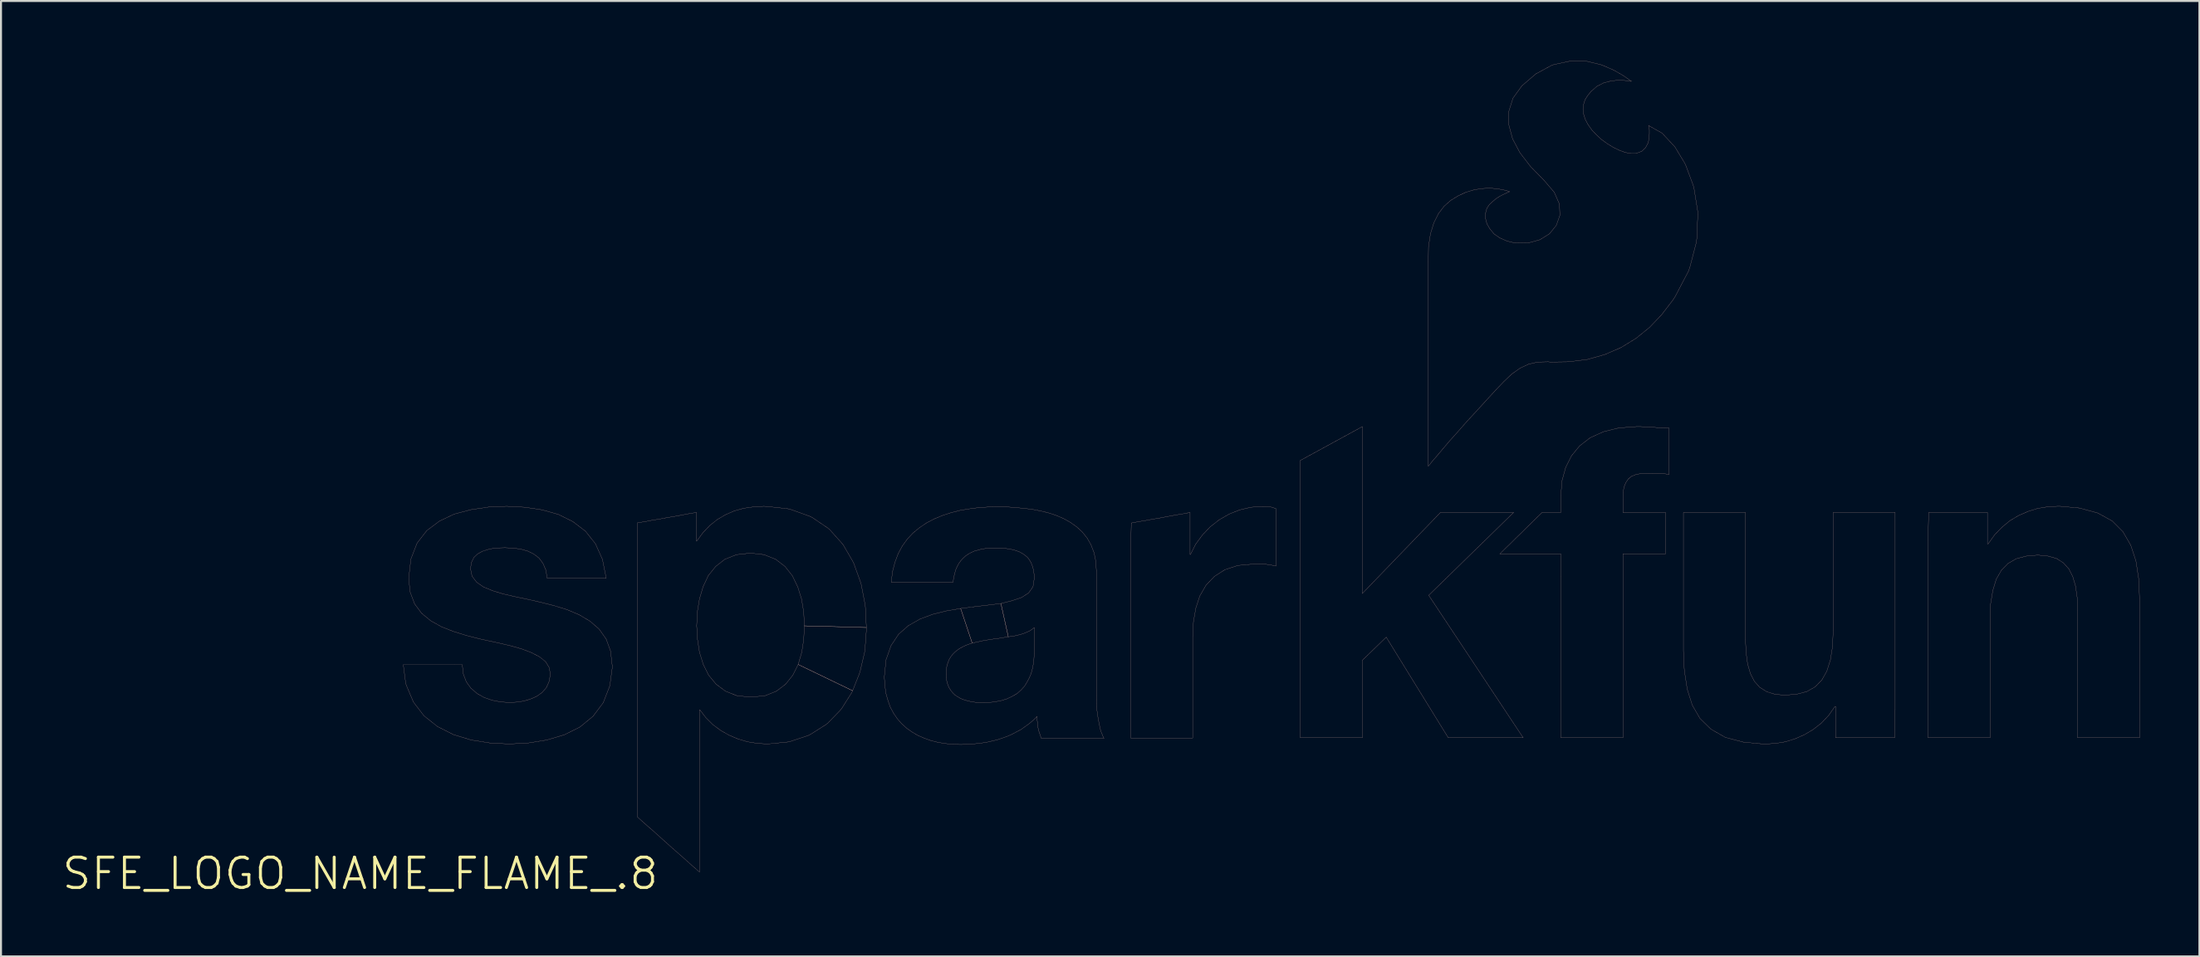
<source format=kicad_pcb>
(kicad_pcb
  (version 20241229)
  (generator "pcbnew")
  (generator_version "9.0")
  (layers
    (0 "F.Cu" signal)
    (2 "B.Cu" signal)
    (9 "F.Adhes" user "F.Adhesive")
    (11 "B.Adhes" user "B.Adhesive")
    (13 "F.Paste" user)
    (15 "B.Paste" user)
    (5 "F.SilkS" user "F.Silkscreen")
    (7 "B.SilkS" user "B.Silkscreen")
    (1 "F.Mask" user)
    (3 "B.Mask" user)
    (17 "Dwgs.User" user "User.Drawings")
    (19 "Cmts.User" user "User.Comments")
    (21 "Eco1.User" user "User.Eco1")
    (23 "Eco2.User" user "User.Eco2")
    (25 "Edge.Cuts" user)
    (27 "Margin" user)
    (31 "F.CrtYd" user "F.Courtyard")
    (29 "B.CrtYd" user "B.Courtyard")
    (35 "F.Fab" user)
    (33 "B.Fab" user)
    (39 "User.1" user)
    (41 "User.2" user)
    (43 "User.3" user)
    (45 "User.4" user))
  (footprint "SFE_LOGO_NAME_FLAME_.8"
    (layer "F.Cu")
    (at 15.022 40.801)
    (property "Reference" "SFE_LOGO_NAME_FLAME_.8" (at 0 0 0) (layer "F.SilkS") (effects (font (size 1.524 1.524) (thickness 0.15))))
    (attr exclude_from_pos_files exclude_from_bom)
    (fp_line (start 2.159 -10.488) (end 4.75 -10.488) (stroke (width 0.008) (type solid)) (layer "B.SilkS"))
    (fp_line (start 2.278 -9.578) (end 2.159 -10.488) (stroke (width 0.008) (type solid)) (layer "B.SilkS"))
    (fp_line (start 2.309 -9.459) (end 2.278 -9.578) (stroke (width 0.008) (type solid)) (layer "B.SilkS"))
    (fp_line (start 2.428 -14.798) (end 2.54 -15.789) (stroke (width 0.008) (type solid)) (layer "B.SilkS"))
    (fp_line (start 2.51 -14.11) (end 2.428 -14.798) (stroke (width 0.008) (type solid)) (layer "B.SilkS"))
    (fp_line (start 2.54 -15.789) (end 2.85 -16.589) (stroke (width 0.008) (type solid)) (layer "B.SilkS"))
    (fp_line (start 2.67 -8.608) (end 2.309 -9.459) (stroke (width 0.008) (type solid)) (layer "B.SilkS"))
    (fp_line (start 2.728 -13.538) (end 2.51 -14.11) (stroke (width 0.008) (type solid)) (layer "B.SilkS"))
    (fp_line (start 2.85 -16.589) (end 3.338 -17.219) (stroke (width 0.008) (type solid)) (layer "B.SilkS"))
    (fp_line (start 3.078 -13.068) (end 2.728 -13.538) (stroke (width 0.008) (type solid)) (layer "B.SilkS"))
    (fp_line (start 3.198 -7.92) (end 2.67 -8.608) (stroke (width 0.008) (type solid)) (layer "B.SilkS"))
    (fp_line (start 3.338 -17.219) (end 3.978 -17.699) (stroke (width 0.008) (type solid)) (layer "B.SilkS"))
    (fp_line (start 3.538 -12.69) (end 3.078 -13.068) (stroke (width 0.008) (type solid)) (layer "B.SilkS"))
    (fp_line (start 3.879 -7.379) (end 3.198 -7.92) (stroke (width 0.008) (type solid)) (layer "B.SilkS"))
    (fp_line (start 3.978 -17.699) (end 4.719 -18.049) (stroke (width 0.008) (type solid)) (layer "B.SilkS"))
    (fp_line (start 4.079 -12.388) (end 3.538 -12.69) (stroke (width 0.008) (type solid)) (layer "B.SilkS"))
    (fp_line (start 4.669 -6.98) (end 3.879 -7.379) (stroke (width 0.008) (type solid)) (layer "B.SilkS"))
    (fp_line (start 4.689 -12.149) (end 4.079 -12.388) (stroke (width 0.008) (type solid)) (layer "B.SilkS"))
    (fp_line (start 4.719 -18.049) (end 5.55 -18.268) (stroke (width 0.008) (type solid)) (layer "B.SilkS"))
    (fp_line (start 4.75 -10.488) (end 5.118 -10.488) (stroke (width 0.008) (type solid)) (layer "B.SilkS"))
    (fp_line (start 5.118 -10.488) (end 5.169 -10.028) (stroke (width 0.008) (type solid)) (layer "B.SilkS"))
    (fp_line (start 5.169 -10.028) (end 5.319 -9.629) (stroke (width 0.008) (type solid)) (layer "B.SilkS"))
    (fp_line (start 5.319 -9.629) (end 5.55 -9.309) (stroke (width 0.008) (type solid)) (layer "B.SilkS"))
    (fp_line (start 5.339 -11.948) (end 4.689 -12.149) (stroke (width 0.008) (type solid)) (layer "B.SilkS"))
    (fp_line (start 5.53 -15.309) (end 5.608 -14.928) (stroke (width 0.008) (type solid)) (layer "B.SilkS"))
    (fp_line (start 5.55 -18.268) (end 6.439 -18.4) (stroke (width 0.008) (type solid)) (layer "B.SilkS"))
    (fp_line (start 5.55 -9.309) (end 5.86 -9.04) (stroke (width 0.008) (type solid)) (layer "B.SilkS"))
    (fp_line (start 5.558 -6.708) (end 4.669 -6.98) (stroke (width 0.008) (type solid)) (layer "B.SilkS"))
    (fp_line (start 5.578 -15.618) (end 5.53 -15.309) (stroke (width 0.008) (type solid)) (layer "B.SilkS"))
    (fp_line (start 5.608 -14.928) (end 5.839 -14.628) (stroke (width 0.008) (type solid)) (layer "B.SilkS"))
    (fp_line (start 5.7 -15.87) (end 5.578 -15.618) (stroke (width 0.008) (type solid)) (layer "B.SilkS"))
    (fp_line (start 5.839 -14.628) (end 6.18 -14.389) (stroke (width 0.008) (type solid)) (layer "B.SilkS"))
    (fp_line (start 5.86 -9.04) (end 6.218 -8.839) (stroke (width 0.008) (type solid)) (layer "B.SilkS"))
    (fp_line (start 5.888 -16.048) (end 5.7 -15.87) (stroke (width 0.008) (type solid)) (layer "B.SilkS"))
    (fp_line (start 6.01 -11.778) (end 5.339 -11.948) (stroke (width 0.008) (type solid)) (layer "B.SilkS"))
    (fp_line (start 6.129 -16.18) (end 5.888 -16.048) (stroke (width 0.008) (type solid)) (layer "B.SilkS"))
    (fp_line (start 6.18 -14.389) (end 6.64 -14.199) (stroke (width 0.008) (type solid)) (layer "B.SilkS"))
    (fp_line (start 6.218 -8.839) (end 6.619 -8.7) (stroke (width 0.008) (type solid)) (layer "B.SilkS"))
    (fp_line (start 6.408 -16.269) (end 6.129 -16.18) (stroke (width 0.008) (type solid)) (layer "B.SilkS"))
    (fp_line (start 6.439 -18.4) (end 7.348 -18.438) (stroke (width 0.008) (type solid)) (layer "B.SilkS"))
    (fp_line (start 6.5 -6.558) (end 5.558 -6.708) (stroke (width 0.008) (type solid)) (layer "B.SilkS"))
    (fp_line (start 6.619 -8.7) (end 7.048 -8.618) (stroke (width 0.008) (type solid)) (layer "B.SilkS"))
    (fp_line (start 6.64 -14.199) (end 7.168 -14.039) (stroke (width 0.008) (type solid)) (layer "B.SilkS"))
    (fp_line (start 6.688 -16.33) (end 6.408 -16.269) (stroke (width 0.008) (type solid)) (layer "B.SilkS"))
    (fp_line (start 6.8 -11.608) (end 6.01 -11.778) (stroke (width 0.008) (type solid)) (layer "B.SilkS"))
    (fp_line (start 6.988 -16.35) (end 6.688 -16.33) (stroke (width 0.008) (type solid)) (layer "B.SilkS"))
    (fp_line (start 7.048 -8.618) (end 7.498 -8.588) (stroke (width 0.008) (type solid)) (layer "B.SilkS"))
    (fp_line (start 7.168 -14.039) (end 7.77 -13.899) (stroke (width 0.008) (type solid)) (layer "B.SilkS"))
    (fp_line (start 7.259 -16.358) (end 6.988 -16.35) (stroke (width 0.008) (type solid)) (layer "B.SilkS"))
    (fp_line (start 7.348 -18.438) (end 8.258 -18.39) (stroke (width 0.008) (type solid)) (layer "B.SilkS"))
    (fp_line (start 7.478 -6.507) (end 6.5 -6.558) (stroke (width 0.008) (type solid)) (layer "B.SilkS"))
    (fp_line (start 7.498 -11.448) (end 6.8 -11.608) (stroke (width 0.008) (type solid)) (layer "B.SilkS"))
    (fp_line (start 7.498 -8.588) (end 7.838 -8.608) (stroke (width 0.008) (type solid)) (layer "B.SilkS"))
    (fp_line (start 7.668 -16.34) (end 7.259 -16.358) (stroke (width 0.008) (type solid)) (layer "B.SilkS"))
    (fp_line (start 7.77 -13.899) (end 8.4 -13.769) (stroke (width 0.008) (type solid)) (layer "B.SilkS"))
    (fp_line (start 7.838 -8.608) (end 8.189 -8.659) (stroke (width 0.008) (type solid)) (layer "B.SilkS"))
    (fp_line (start 8.049 -16.289) (end 7.668 -16.34) (stroke (width 0.008) (type solid)) (layer "B.SilkS"))
    (fp_line (start 8.098 -11.278) (end 7.498 -11.448) (stroke (width 0.008) (type solid)) (layer "B.SilkS"))
    (fp_line (start 8.189 -8.659) (end 8.529 -8.758) (stroke (width 0.008) (type solid)) (layer "B.SilkS"))
    (fp_line (start 8.258 -18.39) (end 9.129 -18.258) (stroke (width 0.008) (type solid)) (layer "B.SilkS"))
    (fp_line (start 8.4 -16.19) (end 8.049 -16.289) (stroke (width 0.008) (type solid)) (layer "B.SilkS"))
    (fp_line (start 8.4 -13.769) (end 9.058 -13.619) (stroke (width 0.008) (type solid)) (layer "B.SilkS"))
    (fp_line (start 8.428 -6.558) (end 7.478 -6.507) (stroke (width 0.008) (type solid)) (layer "B.SilkS"))
    (fp_line (start 8.529 -8.758) (end 8.849 -8.898) (stroke (width 0.008) (type solid)) (layer "B.SilkS"))
    (fp_line (start 8.598 -11.09) (end 8.098 -11.278) (stroke (width 0.008) (type solid)) (layer "B.SilkS"))
    (fp_line (start 8.71 -16.038) (end 8.4 -16.19) (stroke (width 0.008) (type solid)) (layer "B.SilkS"))
    (fp_line (start 8.849 -8.898) (end 9.119 -9.088) (stroke (width 0.008) (type solid)) (layer "B.SilkS"))
    (fp_line (start 8.969 -15.839) (end 8.71 -16.038) (stroke (width 0.008) (type solid)) (layer "B.SilkS"))
    (fp_line (start 8.999 -10.879) (end 8.598 -11.09) (stroke (width 0.008) (type solid)) (layer "B.SilkS"))
    (fp_line (start 9.058 -13.619) (end 9.728 -13.449) (stroke (width 0.008) (type solid)) (layer "B.SilkS"))
    (fp_line (start 9.119 -9.088) (end 9.34 -9.34) (stroke (width 0.008) (type solid)) (layer "B.SilkS"))
    (fp_line (start 9.129 -18.258) (end 9.939 -18.029) (stroke (width 0.008) (type solid)) (layer "B.SilkS"))
    (fp_line (start 9.169 -15.568) (end 8.969 -15.839) (stroke (width 0.008) (type solid)) (layer "B.SilkS"))
    (fp_line (start 9.299 -10.638) (end 8.999 -10.879) (stroke (width 0.008) (type solid)) (layer "B.SilkS"))
    (fp_line (start 9.309 -15.24) (end 9.169 -15.568) (stroke (width 0.008) (type solid)) (layer "B.SilkS"))
    (fp_line (start 9.34 -9.34) (end 9.479 -9.66) (stroke (width 0.008) (type solid)) (layer "B.SilkS"))
    (fp_line (start 9.36 -6.708) (end 8.428 -6.558) (stroke (width 0.008) (type solid)) (layer "B.SilkS"))
    (fp_line (start 9.378 -14.829) (end 9.309 -15.24) (stroke (width 0.008) (type solid)) (layer "B.SilkS"))
    (fp_line (start 9.469 -10.358) (end 9.299 -10.638) (stroke (width 0.008) (type solid)) (layer "B.SilkS"))
    (fp_line (start 9.479 -9.66) (end 9.538 -10.028) (stroke (width 0.008) (type solid)) (layer "B.SilkS"))
    (fp_line (start 9.538 -10.028) (end 9.469 -10.358) (stroke (width 0.008) (type solid)) (layer "B.SilkS"))
    (fp_line (start 9.728 -13.449) (end 10.378 -13.249) (stroke (width 0.008) (type solid)) (layer "B.SilkS"))
    (fp_line (start 9.939 -18.029) (end 10.668 -17.668) (stroke (width 0.008) (type solid)) (layer "B.SilkS"))
    (fp_line (start 10.239 -6.97) (end 9.36 -6.708) (stroke (width 0.008) (type solid)) (layer "B.SilkS"))
    (fp_line (start 10.378 -13.249) (end 10.988 -12.99) (stroke (width 0.008) (type solid)) (layer "B.SilkS"))
    (fp_line (start 10.668 -17.668) (end 11.298 -17.188) (stroke (width 0.008) (type solid)) (layer "B.SilkS"))
    (fp_line (start 10.988 -12.99) (end 11.529 -12.67) (stroke (width 0.008) (type solid)) (layer "B.SilkS"))
    (fp_line (start 11.019 -7.358) (end 10.239 -6.97) (stroke (width 0.008) (type solid)) (layer "B.SilkS"))
    (fp_line (start 11.298 -17.188) (end 11.798 -16.558) (stroke (width 0.008) (type solid)) (layer "B.SilkS"))
    (fp_line (start 11.529 -12.67) (end 11.989 -12.268) (stroke (width 0.008) (type solid)) (layer "B.SilkS"))
    (fp_line (start 11.679 -7.899) (end 11.019 -7.358) (stroke (width 0.008) (type solid)) (layer "B.SilkS"))
    (fp_line (start 11.798 -16.558) (end 12.149 -15.778) (stroke (width 0.008) (type solid)) (layer "B.SilkS"))
    (fp_line (start 11.989 -12.268) (end 12.339 -11.768) (stroke (width 0.008) (type solid)) (layer "B.SilkS"))
    (fp_line (start 12.149 -15.778) (end 12.339 -14.829) (stroke (width 0.008) (type solid)) (layer "B.SilkS"))
    (fp_line (start 12.189 -8.578) (end 11.679 -7.899) (stroke (width 0.008) (type solid)) (layer "B.SilkS"))
    (fp_line (start 12.339 -14.829) (end 9.378 -14.829) (stroke (width 0.008) (type solid)) (layer "B.SilkS"))
    (fp_line (start 12.339 -11.768) (end 12.558 -11.168) (stroke (width 0.008) (type solid)) (layer "B.SilkS"))
    (fp_line (start 12.52 -9.428) (end 12.189 -8.578) (stroke (width 0.008) (type solid)) (layer "B.SilkS"))
    (fp_line (start 12.558 -11.168) (end 12.639 -10.45) (stroke (width 0.008) (type solid)) (layer "B.SilkS"))
    (fp_line (start 12.639 -10.45) (end 12.639 -10.31) (stroke (width 0.008) (type solid)) (layer "B.SilkS"))
    (fp_line (start 12.639 -10.31) (end 12.52 -9.428) (stroke (width 0.008) (type solid)) (layer "B.SilkS"))
    (fp_line (start 13.909 -17.61) (end 14.28 -17.668) (stroke (width 0.008) (type solid)) (layer "B.SilkS"))
    (fp_line (start 13.909 -2.84) (end 13.909 -17.61) (stroke (width 0.008) (type solid)) (layer "B.SilkS"))
    (fp_line (start 14.28 -17.668) (end 14.648 -17.739) (stroke (width 0.008) (type solid)) (layer "B.SilkS"))
    (fp_line (start 14.298 -2.489) (end 13.909 -2.84) (stroke (width 0.008) (type solid)) (layer "B.SilkS"))
    (fp_line (start 14.648 -17.739) (end 15.019 -17.798) (stroke (width 0.008) (type solid)) (layer "B.SilkS"))
    (fp_line (start 14.689 -2.149) (end 14.298 -2.489) (stroke (width 0.008) (type solid)) (layer "B.SilkS"))
    (fp_line (start 15.019 -17.798) (end 15.39 -17.869) (stroke (width 0.008) (type solid)) (layer "B.SilkS"))
    (fp_line (start 15.08 -1.798) (end 14.689 -2.149) (stroke (width 0.008) (type solid)) (layer "B.SilkS"))
    (fp_line (start 15.39 -17.869) (end 15.758 -17.93) (stroke (width 0.008) (type solid)) (layer "B.SilkS"))
    (fp_line (start 15.458 -1.458) (end 15.08 -1.798) (stroke (width 0.008) (type solid)) (layer "B.SilkS"))
    (fp_line (start 15.758 -17.93) (end 16.129 -17.998) (stroke (width 0.008) (type solid)) (layer "B.SilkS"))
    (fp_line (start 15.85 -1.11) (end 15.458 -1.458) (stroke (width 0.008) (type solid)) (layer "B.SilkS"))
    (fp_line (start 16.129 -17.998) (end 16.5 -18.07) (stroke (width 0.008) (type solid)) (layer "B.SilkS"))
    (fp_line (start 16.238 -0.77) (end 15.85 -1.11) (stroke (width 0.008) (type solid)) (layer "B.SilkS"))
    (fp_line (start 16.5 -18.07) (end 16.868 -18.128) (stroke (width 0.008) (type solid)) (layer "B.SilkS"))
    (fp_line (start 16.629 -0.419) (end 16.238 -0.77) (stroke (width 0.008) (type solid)) (layer "B.SilkS"))
    (fp_line (start 16.868 -18.128) (end 16.868 -16.688) (stroke (width 0.008) (type solid)) (layer "B.SilkS"))
    (fp_line (start 16.868 -16.688) (end 16.878 -16.688) (stroke (width 0.008) (type solid)) (layer "B.SilkS"))
    (fp_line (start 16.878 -16.688) (end 17.188 -17.109) (stroke (width 0.008) (type solid)) (layer "B.SilkS"))
    (fp_line (start 16.878 -12.438) (end 16.919 -11.758) (stroke (width 0.008) (type solid)) (layer "B.SilkS"))
    (fp_line (start 16.909 -13.129) (end 16.878 -12.438) (stroke (width 0.008) (type solid)) (layer "B.SilkS"))
    (fp_line (start 16.919 -11.758) (end 17.018 -11.11) (stroke (width 0.008) (type solid)) (layer "B.SilkS"))
    (fp_line (start 17.018 -13.79) (end 16.909 -13.129) (stroke (width 0.008) (type solid)) (layer "B.SilkS"))
    (fp_line (start 17.018 -11.11) (end 17.209 -10.498) (stroke (width 0.008) (type solid)) (layer "B.SilkS"))
    (fp_line (start 17.018 -8.219) (end 17.018 -0.079) (stroke (width 0.008) (type solid)) (layer "B.SilkS"))
    (fp_line (start 17.018 -0.079) (end 16.629 -0.419) (stroke (width 0.008) (type solid)) (layer "B.SilkS"))
    (fp_line (start 17.038 -8.219) (end 17.018 -8.219) (stroke (width 0.008) (type solid)) (layer "B.SilkS"))
    (fp_line (start 17.188 -17.109) (end 17.539 -17.478) (stroke (width 0.008) (type solid)) (layer "B.SilkS"))
    (fp_line (start 17.198 -14.399) (end 17.018 -13.79) (stroke (width 0.008) (type solid)) (layer "B.SilkS"))
    (fp_line (start 17.209 -10.498) (end 17.478 -9.959) (stroke (width 0.008) (type solid)) (layer "B.SilkS"))
    (fp_line (start 17.338 -7.828) (end 17.038 -8.219) (stroke (width 0.008) (type solid)) (layer "B.SilkS"))
    (fp_line (start 17.46 -14.958) (end 17.198 -14.399) (stroke (width 0.008) (type solid)) (layer "B.SilkS"))
    (fp_line (start 17.478 -9.959) (end 17.849 -9.51) (stroke (width 0.008) (type solid)) (layer "B.SilkS"))
    (fp_line (start 17.539 -17.478) (end 17.92 -17.78) (stroke (width 0.008) (type solid)) (layer "B.SilkS"))
    (fp_line (start 17.689 -7.478) (end 17.338 -7.828) (stroke (width 0.008) (type solid)) (layer "B.SilkS"))
    (fp_line (start 17.828 -15.418) (end 17.46 -14.958) (stroke (width 0.008) (type solid)) (layer "B.SilkS"))
    (fp_line (start 17.849 -9.51) (end 18.318 -9.159) (stroke (width 0.008) (type solid)) (layer "B.SilkS"))
    (fp_line (start 17.92 -17.78) (end 18.329 -18.019) (stroke (width 0.008) (type solid)) (layer "B.SilkS"))
    (fp_line (start 18.08 -7.188) (end 17.689 -7.478) (stroke (width 0.008) (type solid)) (layer "B.SilkS"))
    (fp_line (start 18.288 -15.778) (end 17.828 -15.418) (stroke (width 0.008) (type solid)) (layer "B.SilkS"))
    (fp_line (start 18.318 -9.159) (end 18.898 -8.928) (stroke (width 0.008) (type solid)) (layer "B.SilkS"))
    (fp_line (start 18.329 -18.019) (end 18.768 -18.209) (stroke (width 0.008) (type solid)) (layer "B.SilkS"))
    (fp_line (start 18.499 -6.949) (end 18.08 -7.188) (stroke (width 0.008) (type solid)) (layer "B.SilkS"))
    (fp_line (start 18.768 -18.209) (end 19.238 -18.339) (stroke (width 0.008) (type solid)) (layer "B.SilkS"))
    (fp_line (start 18.87 -16.01) (end 18.288 -15.778) (stroke (width 0.008) (type solid)) (layer "B.SilkS"))
    (fp_line (start 18.898 -8.928) (end 19.599 -8.86) (stroke (width 0.008) (type solid)) (layer "B.SilkS"))
    (fp_line (start 18.948 -6.759) (end 18.499 -6.949) (stroke (width 0.008) (type solid)) (layer "B.SilkS"))
    (fp_line (start 19.238 -18.339) (end 19.738 -18.41) (stroke (width 0.008) (type solid)) (layer "B.SilkS"))
    (fp_line (start 19.418 -6.619) (end 18.948 -6.759) (stroke (width 0.008) (type solid)) (layer "B.SilkS"))
    (fp_line (start 19.568 -16.088) (end 18.87 -16.01) (stroke (width 0.008) (type solid)) (layer "B.SilkS"))
    (fp_line (start 19.599 -8.86) (end 20.3 -8.928) (stroke (width 0.008) (type solid)) (layer "B.SilkS"))
    (fp_line (start 19.738 -18.41) (end 20.249 -18.438) (stroke (width 0.008) (type solid)) (layer "B.SilkS"))
    (fp_line (start 19.919 -6.538) (end 19.418 -6.619) (stroke (width 0.008) (type solid)) (layer "B.SilkS"))
    (fp_line (start 20.249 -18.438) (end 20.419 -18.428) (stroke (width 0.008) (type solid)) (layer "B.SilkS"))
    (fp_line (start 20.259 -16.01) (end 19.568 -16.088) (stroke (width 0.008) (type solid)) (layer "B.SilkS"))
    (fp_line (start 20.3 -8.928) (end 20.879 -9.159) (stroke (width 0.008) (type solid)) (layer "B.SilkS"))
    (fp_line (start 20.419 -18.428) (end 21.488 -18.308) (stroke (width 0.008) (type solid)) (layer "B.SilkS"))
    (fp_line (start 20.429 -6.507) (end 19.919 -6.538) (stroke (width 0.008) (type solid)) (layer "B.SilkS"))
    (fp_line (start 20.838 -15.778) (end 20.259 -16.01) (stroke (width 0.008) (type solid)) (layer "B.SilkS"))
    (fp_line (start 20.879 -9.159) (end 21.339 -9.51) (stroke (width 0.008) (type solid)) (layer "B.SilkS"))
    (fp_line (start 21.308 -15.418) (end 20.838 -15.778) (stroke (width 0.008) (type solid)) (layer "B.SilkS"))
    (fp_line (start 21.339 -9.51) (end 21.699 -9.959) (stroke (width 0.008) (type solid)) (layer "B.SilkS"))
    (fp_line (start 21.458 -6.609) (end 20.429 -6.507) (stroke (width 0.008) (type solid)) (layer "B.SilkS"))
    (fp_line (start 21.488 -18.308) (end 21.628 -18.268) (stroke (width 0.008) (type solid)) (layer "B.SilkS"))
    (fp_line (start 21.59 -6.64) (end 21.458 -6.609) (stroke (width 0.008) (type solid)) (layer "B.SilkS"))
    (fp_line (start 21.628 -18.268) (end 22.548 -17.937) (stroke (width 0.008) (type solid)) (layer "B.SilkS"))
    (fp_line (start 21.679 -14.948) (end 21.308 -15.418) (stroke (width 0.008) (type solid)) (layer "B.SilkS"))
    (fp_line (start 21.699 -9.959) (end 21.968 -10.498) (stroke (width 0.008) (type solid)) (layer "B.SilkS"))
    (fp_line (start 21.948 -14.389) (end 21.679 -14.948) (stroke (width 0.008) (type solid)) (layer "B.SilkS"))
    (fp_line (start 21.968 -10.498) (end 22.149 -11.11) (stroke (width 0.008) (type solid)) (layer "B.SilkS"))
    (fp_line (start 21.968 -10.498) (end 24.699 -9.18) (stroke (width 0.008) (type solid)) (layer "B.SilkS"))
    (fp_line (start 22.139 -13.78) (end 21.948 -14.389) (stroke (width 0.008) (type solid)) (layer "B.SilkS"))
    (fp_line (start 22.149 -11.11) (end 22.248 -11.758) (stroke (width 0.008) (type solid)) (layer "B.SilkS"))
    (fp_line (start 22.248 -13.119) (end 22.139 -13.78) (stroke (width 0.008) (type solid)) (layer "B.SilkS"))
    (fp_line (start 22.248 -11.758) (end 22.278 -12.438) (stroke (width 0.008) (type solid)) (layer "B.SilkS"))
    (fp_line (start 22.278 -12.438) (end 22.248 -13.119) (stroke (width 0.008) (type solid)) (layer "B.SilkS"))
    (fp_line (start 22.278 -12.438) (end 25.39 -12.349) (stroke (width 0.008) (type solid)) (layer "B.SilkS"))
    (fp_line (start 22.489 -6.939) (end 21.59 -6.64) (stroke (width 0.008) (type solid)) (layer "B.SilkS"))
    (fp_line (start 22.548 -17.937) (end 22.669 -17.879) (stroke (width 0.008) (type solid)) (layer "B.SilkS"))
    (fp_line (start 22.598 -6.998) (end 22.489 -6.939) (stroke (width 0.008) (type solid)) (layer "B.SilkS"))
    (fp_line (start 22.669 -17.879) (end 23.439 -17.358) (stroke (width 0.008) (type solid)) (layer "B.SilkS"))
    (fp_line (start 23.358 -7.478) (end 22.598 -6.998) (stroke (width 0.008) (type solid)) (layer "B.SilkS"))
    (fp_line (start 23.439 -17.358) (end 23.538 -17.28) (stroke (width 0.008) (type solid)) (layer "B.SilkS"))
    (fp_line (start 23.459 -7.559) (end 23.358 -7.478) (stroke (width 0.008) (type solid)) (layer "B.SilkS"))
    (fp_line (start 23.538 -17.28) (end 24.148 -16.599) (stroke (width 0.008) (type solid)) (layer "B.SilkS"))
    (fp_line (start 24.079 -8.199) (end 23.459 -7.559) (stroke (width 0.008) (type solid)) (layer "B.SilkS"))
    (fp_line (start 24.148 -16.599) (end 24.229 -16.5) (stroke (width 0.008) (type solid)) (layer "B.SilkS"))
    (fp_line (start 24.158 -8.298) (end 24.079 -8.199) (stroke (width 0.008) (type solid)) (layer "B.SilkS"))
    (fp_line (start 24.229 -16.5) (end 24.699 -15.69) (stroke (width 0.008) (type solid)) (layer "B.SilkS"))
    (fp_line (start 24.638 -9.058) (end 24.158 -8.298) (stroke (width 0.008) (type solid)) (layer "B.SilkS"))
    (fp_line (start 24.699 -15.69) (end 24.76 -15.568) (stroke (width 0.008) (type solid)) (layer "B.SilkS"))
    (fp_line (start 24.699 -9.18) (end 21.968 -10.498) (stroke (width 0.008) (type solid)) (layer "B.SilkS"))
    (fp_line (start 24.699 -9.18) (end 24.638 -9.058) (stroke (width 0.008) (type solid)) (layer "B.SilkS"))
    (fp_line (start 24.76 -15.568) (end 25.088 -14.658) (stroke (width 0.008) (type solid)) (layer "B.SilkS"))
    (fp_line (start 25.039 -10.038) (end 24.699 -9.18) (stroke (width 0.008) (type solid)) (layer "B.SilkS"))
    (fp_line (start 25.08 -10.168) (end 25.039 -10.038) (stroke (width 0.008) (type solid)) (layer "B.SilkS"))
    (fp_line (start 25.088 -14.658) (end 25.128 -14.529) (stroke (width 0.008) (type solid)) (layer "B.SilkS"))
    (fp_line (start 25.128 -14.529) (end 25.319 -13.538) (stroke (width 0.008) (type solid)) (layer "B.SilkS"))
    (fp_line (start 25.298 -11.1) (end 25.08 -10.168) (stroke (width 0.008) (type solid)) (layer "B.SilkS"))
    (fp_line (start 25.319 -13.538) (end 25.339 -13.399) (stroke (width 0.008) (type solid)) (layer "B.SilkS"))
    (fp_line (start 25.319 -11.239) (end 25.298 -11.1) (stroke (width 0.008) (type solid)) (layer "B.SilkS"))
    (fp_line (start 25.339 -13.399) (end 25.39 -12.36) (stroke (width 0.008) (type solid)) (layer "B.SilkS"))
    (fp_line (start 25.39 -12.36) (end 22.278 -12.438) (stroke (width 0.008) (type solid)) (layer "B.SilkS"))
    (fp_line (start 25.39 -12.349) (end 25.39 -12.21) (stroke (width 0.008) (type solid)) (layer "B.SilkS"))
    (fp_line (start 25.39 -12.21) (end 25.319 -11.239) (stroke (width 0.008) (type solid)) (layer "B.SilkS"))
    (fp_line (start 26.289 -9.868) (end 26.378 -10.739) (stroke (width 0.008) (type solid)) (layer "B.SilkS"))
    (fp_line (start 26.319 -9.449) (end 26.289 -9.868) (stroke (width 0.008) (type solid)) (layer "B.SilkS"))
    (fp_line (start 26.368 -9.058) (end 26.319 -9.449) (stroke (width 0.008) (type solid)) (layer "B.SilkS"))
    (fp_line (start 26.378 -10.739) (end 26.629 -11.448) (stroke (width 0.008) (type solid)) (layer "B.SilkS"))
    (fp_line (start 26.469 -8.7) (end 26.368 -9.058) (stroke (width 0.008) (type solid)) (layer "B.SilkS"))
    (fp_line (start 26.589 -8.359) (end 26.469 -8.7) (stroke (width 0.008) (type solid)) (layer "B.SilkS"))
    (fp_line (start 26.629 -11.448) (end 27.008 -12.019) (stroke (width 0.008) (type solid)) (layer "B.SilkS"))
    (fp_line (start 26.64 -14.628) (end 26.698 -15.149) (stroke (width 0.008) (type solid)) (layer "B.SilkS"))
    (fp_line (start 26.698 -15.149) (end 26.82 -15.618) (stroke (width 0.008) (type solid)) (layer "B.SilkS"))
    (fp_line (start 26.749 -8.059) (end 26.589 -8.359) (stroke (width 0.008) (type solid)) (layer "B.SilkS"))
    (fp_line (start 26.82 -15.618) (end 26.98 -16.048) (stroke (width 0.008) (type solid)) (layer "B.SilkS"))
    (fp_line (start 26.939 -7.777) (end 26.749 -8.059) (stroke (width 0.008) (type solid)) (layer "B.SilkS"))
    (fp_line (start 26.98 -16.048) (end 27.188 -16.439) (stroke (width 0.008) (type solid)) (layer "B.SilkS"))
    (fp_line (start 27.008 -12.019) (end 27.498 -12.449) (stroke (width 0.008) (type solid)) (layer "B.SilkS"))
    (fp_line (start 27.158 -7.529) (end 26.939 -7.777) (stroke (width 0.008) (type solid)) (layer "B.SilkS"))
    (fp_line (start 27.188 -16.439) (end 27.44 -16.789) (stroke (width 0.008) (type solid)) (layer "B.SilkS"))
    (fp_line (start 27.409 -7.3) (end 27.158 -7.529) (stroke (width 0.008) (type solid)) (layer "B.SilkS"))
    (fp_line (start 27.44 -16.789) (end 27.729 -17.099) (stroke (width 0.008) (type solid)) (layer "B.SilkS"))
    (fp_line (start 27.498 -12.449) (end 28.08 -12.779) (stroke (width 0.008) (type solid)) (layer "B.SilkS"))
    (fp_line (start 27.678 -7.109) (end 27.409 -7.3) (stroke (width 0.008) (type solid)) (layer "B.SilkS"))
    (fp_line (start 27.729 -17.099) (end 28.059 -17.369) (stroke (width 0.008) (type solid)) (layer "B.SilkS"))
    (fp_line (start 27.968 -6.939) (end 27.678 -7.109) (stroke (width 0.008) (type solid)) (layer "B.SilkS"))
    (fp_line (start 28.059 -17.369) (end 28.418 -17.61) (stroke (width 0.008) (type solid)) (layer "B.SilkS"))
    (fp_line (start 28.08 -12.779) (end 28.72 -13.018) (stroke (width 0.008) (type solid)) (layer "B.SilkS"))
    (fp_line (start 28.288 -6.8) (end 27.968 -6.939) (stroke (width 0.008) (type solid)) (layer "B.SilkS"))
    (fp_line (start 28.418 -17.61) (end 28.799 -17.808) (stroke (width 0.008) (type solid)) (layer "B.SilkS"))
    (fp_line (start 28.628 -6.678) (end 28.288 -6.8) (stroke (width 0.008) (type solid)) (layer "B.SilkS"))
    (fp_line (start 28.72 -13.018) (end 29.408 -13.188) (stroke (width 0.008) (type solid)) (layer "B.SilkS"))
    (fp_line (start 28.799 -17.808) (end 29.21 -17.978) (stroke (width 0.008) (type solid)) (layer "B.SilkS"))
    (fp_line (start 28.979 -6.589) (end 28.628 -6.678) (stroke (width 0.008) (type solid)) (layer "B.SilkS"))
    (fp_line (start 29.21 -17.978) (end 29.639 -18.118) (stroke (width 0.008) (type solid)) (layer "B.SilkS"))
    (fp_line (start 29.36 -6.528) (end 28.979 -6.589) (stroke (width 0.008) (type solid)) (layer "B.SilkS"))
    (fp_line (start 29.388 -10.018) (end 29.398 -9.82) (stroke (width 0.008) (type solid)) (layer "B.SilkS"))
    (fp_line (start 29.398 -10.229) (end 29.388 -10.018) (stroke (width 0.008) (type solid)) (layer "B.SilkS"))
    (fp_line (start 29.398 -9.82) (end 29.428 -9.639) (stroke (width 0.008) (type solid)) (layer "B.SilkS"))
    (fp_line (start 29.408 -13.188) (end 30.119 -13.31) (stroke (width 0.008) (type solid)) (layer "B.SilkS"))
    (fp_line (start 29.428 -10.419) (end 29.398 -10.229) (stroke (width 0.008) (type solid)) (layer "B.SilkS"))
    (fp_line (start 29.428 -9.639) (end 29.479 -9.469) (stroke (width 0.008) (type solid)) (layer "B.SilkS"))
    (fp_line (start 29.479 -10.589) (end 29.428 -10.419) (stroke (width 0.008) (type solid)) (layer "B.SilkS"))
    (fp_line (start 29.479 -9.469) (end 29.548 -9.319) (stroke (width 0.008) (type solid)) (layer "B.SilkS"))
    (fp_line (start 29.538 -10.739) (end 29.479 -10.589) (stroke (width 0.008) (type solid)) (layer "B.SilkS"))
    (fp_line (start 29.548 -9.319) (end 29.629 -9.19) (stroke (width 0.008) (type solid)) (layer "B.SilkS"))
    (fp_line (start 29.619 -10.879) (end 29.538 -10.739) (stroke (width 0.008) (type solid)) (layer "B.SilkS"))
    (fp_line (start 29.629 -9.19) (end 29.728 -9.068) (stroke (width 0.008) (type solid)) (layer "B.SilkS"))
    (fp_line (start 29.639 -18.118) (end 30.079 -18.23) (stroke (width 0.008) (type solid)) (layer "B.SilkS"))
    (fp_line (start 29.718 -11.008) (end 29.619 -10.879) (stroke (width 0.008) (type solid)) (layer "B.SilkS"))
    (fp_line (start 29.728 -9.068) (end 29.84 -8.959) (stroke (width 0.008) (type solid)) (layer "B.SilkS"))
    (fp_line (start 29.738 -14.628) (end 26.64 -14.628) (stroke (width 0.008) (type solid)) (layer "B.SilkS"))
    (fp_line (start 29.738 -6.49) (end 29.36 -6.528) (stroke (width 0.008) (type solid)) (layer "B.SilkS"))
    (fp_line (start 29.769 -14.849) (end 29.738 -14.628) (stroke (width 0.008) (type solid)) (layer "B.SilkS"))
    (fp_line (start 29.82 -15.06) (end 29.769 -14.849) (stroke (width 0.008) (type solid)) (layer "B.SilkS"))
    (fp_line (start 29.83 -11.118) (end 29.718 -11.008) (stroke (width 0.008) (type solid)) (layer "B.SilkS"))
    (fp_line (start 29.84 -8.959) (end 29.969 -8.88) (stroke (width 0.008) (type solid)) (layer "B.SilkS"))
    (fp_line (start 29.868 -15.24) (end 29.82 -15.06) (stroke (width 0.008) (type solid)) (layer "B.SilkS"))
    (fp_line (start 29.939 -15.408) (end 29.868 -15.24) (stroke (width 0.008) (type solid)) (layer "B.SilkS"))
    (fp_line (start 29.949 -11.219) (end 29.83 -11.118) (stroke (width 0.008) (type solid)) (layer "B.SilkS"))
    (fp_line (start 29.969 -8.88) (end 30.099 -8.799) (stroke (width 0.008) (type solid)) (layer "B.SilkS"))
    (fp_line (start 30.028 -15.568) (end 29.939 -15.408) (stroke (width 0.008) (type solid)) (layer "B.SilkS"))
    (fp_line (start 30.079 -18.23) (end 30.538 -18.308) (stroke (width 0.008) (type solid)) (layer "B.SilkS"))
    (fp_line (start 30.079 -11.308) (end 29.949 -11.219) (stroke (width 0.008) (type solid)) (layer "B.SilkS"))
    (fp_line (start 30.099 -8.799) (end 30.249 -8.738) (stroke (width 0.008) (type solid)) (layer "B.SilkS"))
    (fp_line (start 30.119 -13.31) (end 30.698 -11.57) (stroke (width 0.008) (type solid)) (layer "B.SilkS"))
    (fp_line (start 30.119 -13.31) (end 30.818 -13.399) (stroke (width 0.008) (type solid)) (layer "B.SilkS"))
    (fp_line (start 30.129 -15.71) (end 30.028 -15.568) (stroke (width 0.008) (type solid)) (layer "B.SilkS"))
    (fp_line (start 30.14 -6.48) (end 29.738 -6.49) (stroke (width 0.008) (type solid)) (layer "B.SilkS"))
    (fp_line (start 30.229 -11.389) (end 30.079 -11.308) (stroke (width 0.008) (type solid)) (layer "B.SilkS"))
    (fp_line (start 30.239 -15.829) (end 30.129 -15.71) (stroke (width 0.008) (type solid)) (layer "B.SilkS"))
    (fp_line (start 30.249 -8.738) (end 30.409 -8.689) (stroke (width 0.008) (type solid)) (layer "B.SilkS"))
    (fp_line (start 30.358 -15.938) (end 30.239 -15.829) (stroke (width 0.008) (type solid)) (layer "B.SilkS"))
    (fp_line (start 30.378 -11.458) (end 30.229 -11.389) (stroke (width 0.008) (type solid)) (layer "B.SilkS"))
    (fp_line (start 30.409 -8.689) (end 30.569 -8.649) (stroke (width 0.008) (type solid)) (layer "B.SilkS"))
    (fp_line (start 30.409 -6.49) (end 30.14 -6.48) (stroke (width 0.008) (type solid)) (layer "B.SilkS"))
    (fp_line (start 30.498 -16.038) (end 30.358 -15.938) (stroke (width 0.008) (type solid)) (layer "B.SilkS"))
    (fp_line (start 30.538 -18.308) (end 31.008 -18.369) (stroke (width 0.008) (type solid)) (layer "B.SilkS"))
    (fp_line (start 30.538 -11.519) (end 30.378 -11.458) (stroke (width 0.008) (type solid)) (layer "B.SilkS"))
    (fp_line (start 30.569 -8.649) (end 30.749 -8.618) (stroke (width 0.008) (type solid)) (layer "B.SilkS"))
    (fp_line (start 30.648 -16.119) (end 30.498 -16.038) (stroke (width 0.008) (type solid)) (layer "B.SilkS"))
    (fp_line (start 30.668 -6.5) (end 30.409 -6.49) (stroke (width 0.008) (type solid)) (layer "B.SilkS"))
    (fp_line (start 30.698 -11.57) (end 30.119 -13.31) (stroke (width 0.008) (type solid)) (layer "B.SilkS"))
    (fp_line (start 30.698 -11.57) (end 30.538 -11.519) (stroke (width 0.008) (type solid)) (layer "B.SilkS"))
    (fp_line (start 30.749 -8.618) (end 30.919 -8.588) (stroke (width 0.008) (type solid)) (layer "B.SilkS"))
    (fp_line (start 30.808 -16.19) (end 30.648 -16.119) (stroke (width 0.008) (type solid)) (layer "B.SilkS"))
    (fp_line (start 30.818 -13.399) (end 31.499 -13.48) (stroke (width 0.008) (type solid)) (layer "B.SilkS"))
    (fp_line (start 30.869 -11.608) (end 30.698 -11.57) (stroke (width 0.008) (type solid)) (layer "B.SilkS"))
    (fp_line (start 30.919 -8.588) (end 31.11 -8.578) (stroke (width 0.008) (type solid)) (layer "B.SilkS"))
    (fp_line (start 30.93 -6.528) (end 30.668 -6.5) (stroke (width 0.008) (type solid)) (layer "B.SilkS"))
    (fp_line (start 30.988 -16.238) (end 30.808 -16.19) (stroke (width 0.008) (type solid)) (layer "B.SilkS"))
    (fp_line (start 31.008 -18.369) (end 31.478 -18.4) (stroke (width 0.008) (type solid)) (layer "B.SilkS"))
    (fp_line (start 31.049 -11.648) (end 30.869 -11.608) (stroke (width 0.008) (type solid)) (layer "B.SilkS"))
    (fp_line (start 31.11 -8.578) (end 31.298 -8.578) (stroke (width 0.008) (type solid)) (layer "B.SilkS"))
    (fp_line (start 31.168 -16.289) (end 30.988 -16.238) (stroke (width 0.008) (type solid)) (layer "B.SilkS"))
    (fp_line (start 31.189 -6.558) (end 30.93 -6.528) (stroke (width 0.008) (type solid)) (layer "B.SilkS"))
    (fp_line (start 31.229 -11.689) (end 31.049 -11.648) (stroke (width 0.008) (type solid)) (layer "B.SilkS"))
    (fp_line (start 31.298 -8.578) (end 31.72 -8.608) (stroke (width 0.008) (type solid)) (layer "B.SilkS"))
    (fp_line (start 31.369 -16.32) (end 31.168 -16.289) (stroke (width 0.008) (type solid)) (layer "B.SilkS"))
    (fp_line (start 31.41 -11.72) (end 31.229 -11.689) (stroke (width 0.008) (type solid)) (layer "B.SilkS"))
    (fp_line (start 31.448 -6.599) (end 31.189 -6.558) (stroke (width 0.008) (type solid)) (layer "B.SilkS"))
    (fp_line (start 31.478 -18.4) (end 31.958 -18.41) (stroke (width 0.008) (type solid)) (layer "B.SilkS"))
    (fp_line (start 31.499 -13.48) (end 32.139 -13.559) (stroke (width 0.008) (type solid)) (layer "B.SilkS"))
    (fp_line (start 31.58 -16.34) (end 31.369 -16.32) (stroke (width 0.008) (type solid)) (layer "B.SilkS"))
    (fp_line (start 31.59 -11.748) (end 31.41 -11.72) (stroke (width 0.008) (type solid)) (layer "B.SilkS"))
    (fp_line (start 31.709 -6.66) (end 31.448 -6.599) (stroke (width 0.008) (type solid)) (layer "B.SilkS"))
    (fp_line (start 31.72 -8.608) (end 32.098 -8.669) (stroke (width 0.008) (type solid)) (layer "B.SilkS"))
    (fp_line (start 31.778 -11.778) (end 31.59 -11.748) (stroke (width 0.008) (type solid)) (layer "B.SilkS"))
    (fp_line (start 31.958 -18.41) (end 32.388 -18.41) (stroke (width 0.008) (type solid)) (layer "B.SilkS"))
    (fp_line (start 31.958 -6.718) (end 31.709 -6.66) (stroke (width 0.008) (type solid)) (layer "B.SilkS"))
    (fp_line (start 31.968 -11.798) (end 31.778 -11.778) (stroke (width 0.008) (type solid)) (layer "B.SilkS"))
    (fp_line (start 32.098 -8.669) (end 32.428 -8.768) (stroke (width 0.008) (type solid)) (layer "B.SilkS"))
    (fp_line (start 32.139 -13.559) (end 32.509 -11.89) (stroke (width 0.008) (type solid)) (layer "B.SilkS"))
    (fp_line (start 32.139 -13.559) (end 32.69 -13.698) (stroke (width 0.008) (type solid)) (layer "B.SilkS"))
    (fp_line (start 32.149 -11.829) (end 31.968 -11.798) (stroke (width 0.008) (type solid)) (layer "B.SilkS"))
    (fp_line (start 32.2 -16.34) (end 31.58 -16.34) (stroke (width 0.008) (type solid)) (layer "B.SilkS"))
    (fp_line (start 32.2 -6.8) (end 31.958 -6.718) (stroke (width 0.008) (type solid)) (layer "B.SilkS"))
    (fp_line (start 32.329 -11.859) (end 32.149 -11.829) (stroke (width 0.008) (type solid)) (layer "B.SilkS"))
    (fp_line (start 32.388 -18.41) (end 32.819 -18.379) (stroke (width 0.008) (type solid)) (layer "B.SilkS"))
    (fp_line (start 32.388 -16.32) (end 32.2 -16.34) (stroke (width 0.008) (type solid)) (layer "B.SilkS"))
    (fp_line (start 32.428 -8.768) (end 32.708 -8.898) (stroke (width 0.008) (type solid)) (layer "B.SilkS"))
    (fp_line (start 32.449 -6.888) (end 32.2 -6.8) (stroke (width 0.008) (type solid)) (layer "B.SilkS"))
    (fp_line (start 32.509 -11.89) (end 32.139 -13.559) (stroke (width 0.008) (type solid)) (layer "B.SilkS"))
    (fp_line (start 32.509 -11.89) (end 32.329 -11.859) (stroke (width 0.008) (type solid)) (layer "B.SilkS"))
    (fp_line (start 32.578 -16.289) (end 32.388 -16.32) (stroke (width 0.008) (type solid)) (layer "B.SilkS"))
    (fp_line (start 32.68 -11.908) (end 32.509 -11.89) (stroke (width 0.008) (type solid)) (layer "B.SilkS"))
    (fp_line (start 32.68 -6.988) (end 32.449 -6.888) (stroke (width 0.008) (type solid)) (layer "B.SilkS"))
    (fp_line (start 32.69 -13.698) (end 33.17 -13.858) (stroke (width 0.008) (type solid)) (layer "B.SilkS"))
    (fp_line (start 32.708 -8.898) (end 32.959 -9.047) (stroke (width 0.008) (type solid)) (layer "B.SilkS"))
    (fp_line (start 32.748 -16.259) (end 32.578 -16.289) (stroke (width 0.008) (type solid)) (layer "B.SilkS"))
    (fp_line (start 32.819 -18.379) (end 33.249 -18.339) (stroke (width 0.008) (type solid)) (layer "B.SilkS"))
    (fp_line (start 32.85 -11.938) (end 32.68 -11.908) (stroke (width 0.008) (type solid)) (layer "B.SilkS"))
    (fp_line (start 32.908 -7.109) (end 32.68 -6.988) (stroke (width 0.008) (type solid)) (layer "B.SilkS"))
    (fp_line (start 32.918 -16.208) (end 32.748 -16.259) (stroke (width 0.008) (type solid)) (layer "B.SilkS"))
    (fp_line (start 32.959 -9.047) (end 33.16 -9.228) (stroke (width 0.008) (type solid)) (layer "B.SilkS"))
    (fp_line (start 33.02 -11.979) (end 32.85 -11.938) (stroke (width 0.008) (type solid)) (layer "B.SilkS"))
    (fp_line (start 33.068 -16.149) (end 32.918 -16.208) (stroke (width 0.008) (type solid)) (layer "B.SilkS"))
    (fp_line (start 33.139 -7.229) (end 32.908 -7.109) (stroke (width 0.008) (type solid)) (layer "B.SilkS"))
    (fp_line (start 33.16 -9.228) (end 33.33 -9.418) (stroke (width 0.008) (type solid)) (layer "B.SilkS"))
    (fp_line (start 33.17 -13.858) (end 33.528 -14.089) (stroke (width 0.008) (type solid)) (layer "B.SilkS"))
    (fp_line (start 33.17 -12.019) (end 33.02 -11.979) (stroke (width 0.008) (type solid)) (layer "B.SilkS"))
    (fp_line (start 33.218 -16.068) (end 33.068 -16.149) (stroke (width 0.008) (type solid)) (layer "B.SilkS"))
    (fp_line (start 33.249 -18.339) (end 33.688 -18.288) (stroke (width 0.008) (type solid)) (layer "B.SilkS"))
    (fp_line (start 33.32 -12.068) (end 33.17 -12.019) (stroke (width 0.008) (type solid)) (layer "B.SilkS"))
    (fp_line (start 33.33 -9.418) (end 33.459 -9.629) (stroke (width 0.008) (type solid)) (layer "B.SilkS"))
    (fp_line (start 33.348 -15.979) (end 33.218 -16.068) (stroke (width 0.008) (type solid)) (layer "B.SilkS"))
    (fp_line (start 33.348 -7.379) (end 33.139 -7.229) (stroke (width 0.008) (type solid)) (layer "B.SilkS"))
    (fp_line (start 33.459 -12.129) (end 33.32 -12.068) (stroke (width 0.008) (type solid)) (layer "B.SilkS"))
    (fp_line (start 33.459 -9.629) (end 33.569 -9.84) (stroke (width 0.008) (type solid)) (layer "B.SilkS"))
    (fp_line (start 33.47 -15.878) (end 33.348 -15.979) (stroke (width 0.008) (type solid)) (layer "B.SilkS"))
    (fp_line (start 33.528 -14.089) (end 33.749 -14.399) (stroke (width 0.008) (type solid)) (layer "B.SilkS"))
    (fp_line (start 33.558 -7.529) (end 33.348 -7.379) (stroke (width 0.008) (type solid)) (layer "B.SilkS"))
    (fp_line (start 33.569 -15.748) (end 33.47 -15.878) (stroke (width 0.008) (type solid)) (layer "B.SilkS"))
    (fp_line (start 33.569 -9.84) (end 33.658 -10.058) (stroke (width 0.008) (type solid)) (layer "B.SilkS"))
    (fp_line (start 33.589 -12.189) (end 33.459 -12.129) (stroke (width 0.008) (type solid)) (layer "B.SilkS"))
    (fp_line (start 33.65 -15.608) (end 33.569 -15.748) (stroke (width 0.008) (type solid)) (layer "B.SilkS"))
    (fp_line (start 33.658 -10.058) (end 33.718 -10.279) (stroke (width 0.008) (type solid)) (layer "B.SilkS"))
    (fp_line (start 33.688 -18.288) (end 34.11 -18.209) (stroke (width 0.008) (type solid)) (layer "B.SilkS"))
    (fp_line (start 33.708 -12.268) (end 33.589 -12.189) (stroke (width 0.008) (type solid)) (layer "B.SilkS"))
    (fp_line (start 33.718 -15.438) (end 33.65 -15.608) (stroke (width 0.008) (type solid)) (layer "B.SilkS"))
    (fp_line (start 33.718 -10.279) (end 33.759 -10.488) (stroke (width 0.008) (type solid)) (layer "B.SilkS"))
    (fp_line (start 33.749 -14.399) (end 33.81 -14.808) (stroke (width 0.008) (type solid)) (layer "B.SilkS"))
    (fp_line (start 33.759 -10.488) (end 33.79 -10.688) (stroke (width 0.008) (type solid)) (layer "B.SilkS"))
    (fp_line (start 33.759 -7.699) (end 33.558 -7.529) (stroke (width 0.008) (type solid)) (layer "B.SilkS"))
    (fp_line (start 33.769 -15.258) (end 33.718 -15.438) (stroke (width 0.008) (type solid)) (layer "B.SilkS"))
    (fp_line (start 33.79 -10.688) (end 33.8 -10.879) (stroke (width 0.008) (type solid)) (layer "B.SilkS"))
    (fp_line (start 33.8 -15.05) (end 33.769 -15.258) (stroke (width 0.008) (type solid)) (layer "B.SilkS"))
    (fp_line (start 33.8 -10.879) (end 33.81 -11.049) (stroke (width 0.008) (type solid)) (layer "B.SilkS"))
    (fp_line (start 33.81 -14.808) (end 33.8 -15.05) (stroke (width 0.008) (type solid)) (layer "B.SilkS"))
    (fp_line (start 33.81 -12.349) (end 33.708 -12.268) (stroke (width 0.008) (type solid)) (layer "B.SilkS"))
    (fp_line (start 33.81 -11.049) (end 33.81 -12.349) (stroke (width 0.008) (type solid)) (layer "B.SilkS"))
    (fp_line (start 33.95 -7.889) (end 33.759 -7.699) (stroke (width 0.008) (type solid)) (layer "B.SilkS"))
    (fp_line (start 33.95 -7.818) (end 33.95 -7.889) (stroke (width 0.008) (type solid)) (layer "B.SilkS"))
    (fp_line (start 33.96 -7.75) (end 33.95 -7.818) (stroke (width 0.008) (type solid)) (layer "B.SilkS"))
    (fp_line (start 33.96 -7.678) (end 33.96 -7.75) (stroke (width 0.008) (type solid)) (layer "B.SilkS"))
    (fp_line (start 33.97 -7.61) (end 33.96 -7.678) (stroke (width 0.008) (type solid)) (layer "B.SilkS"))
    (fp_line (start 33.97 -7.539) (end 33.97 -7.61) (stroke (width 0.008) (type solid)) (layer "B.SilkS"))
    (fp_line (start 33.978 -7.468) (end 33.97 -7.539) (stroke (width 0.008) (type solid)) (layer "B.SilkS"))
    (fp_line (start 33.988 -7.399) (end 33.978 -7.468) (stroke (width 0.008) (type solid)) (layer "B.SilkS"))
    (fp_line (start 33.998 -7.328) (end 33.988 -7.399) (stroke (width 0.008) (type solid)) (layer "B.SilkS"))
    (fp_line (start 34.018 -7.259) (end 33.998 -7.328) (stroke (width 0.008) (type solid)) (layer "B.SilkS"))
    (fp_line (start 34.028 -7.188) (end 34.018 -7.259) (stroke (width 0.008) (type solid)) (layer "B.SilkS"))
    (fp_line (start 34.049 -7.13) (end 34.028 -7.188) (stroke (width 0.008) (type solid)) (layer "B.SilkS"))
    (fp_line (start 34.069 -7.059) (end 34.049 -7.13) (stroke (width 0.008) (type solid)) (layer "B.SilkS"))
    (fp_line (start 34.099 -6.988) (end 34.069 -7.059) (stroke (width 0.008) (type solid)) (layer "B.SilkS"))
    (fp_line (start 34.11 -18.209) (end 34.519 -18.108) (stroke (width 0.008) (type solid)) (layer "B.SilkS"))
    (fp_line (start 34.12 -6.919) (end 34.099 -6.988) (stroke (width 0.008) (type solid)) (layer "B.SilkS"))
    (fp_line (start 34.138 -6.858) (end 34.12 -6.919) (stroke (width 0.008) (type solid)) (layer "B.SilkS"))
    (fp_line (start 34.168 -6.789) (end 34.138 -6.858) (stroke (width 0.008) (type solid)) (layer "B.SilkS"))
    (fp_line (start 34.519 -18.108) (end 34.92 -17.978) (stroke (width 0.008) (type solid)) (layer "B.SilkS"))
    (fp_line (start 34.92 -17.978) (end 35.288 -17.818) (stroke (width 0.008) (type solid)) (layer "B.SilkS"))
    (fp_line (start 35.288 -17.818) (end 35.629 -17.628) (stroke (width 0.008) (type solid)) (layer "B.SilkS"))
    (fp_line (start 35.629 -17.628) (end 35.949 -17.399) (stroke (width 0.008) (type solid)) (layer "B.SilkS"))
    (fp_line (start 35.949 -17.399) (end 36.228 -17.14) (stroke (width 0.008) (type solid)) (layer "B.SilkS"))
    (fp_line (start 36.228 -17.14) (end 36.469 -16.838) (stroke (width 0.008) (type solid)) (layer "B.SilkS"))
    (fp_line (start 36.469 -16.838) (end 36.66 -16.5) (stroke (width 0.008) (type solid)) (layer "B.SilkS"))
    (fp_line (start 36.66 -16.5) (end 36.81 -16.109) (stroke (width 0.008) (type solid)) (layer "B.SilkS"))
    (fp_line (start 36.81 -16.109) (end 36.899 -15.679) (stroke (width 0.008) (type solid)) (layer "B.SilkS"))
    (fp_line (start 36.899 -15.679) (end 36.929 -15.189) (stroke (width 0.008) (type solid)) (layer "B.SilkS"))
    (fp_line (start 36.929 -15.189) (end 36.929 -8.918) (stroke (width 0.008) (type solid)) (layer "B.SilkS"))
    (fp_line (start 36.929 -8.918) (end 36.939 -8.73) (stroke (width 0.008) (type solid)) (layer "B.SilkS"))
    (fp_line (start 36.939 -8.73) (end 36.939 -8.55) (stroke (width 0.008) (type solid)) (layer "B.SilkS"))
    (fp_line (start 36.939 -8.55) (end 36.949 -8.359) (stroke (width 0.008) (type solid)) (layer "B.SilkS"))
    (fp_line (start 36.949 -8.359) (end 36.96 -8.179) (stroke (width 0.008) (type solid)) (layer "B.SilkS"))
    (fp_line (start 36.96 -8.179) (end 36.987 -8.009) (stroke (width 0.008) (type solid)) (layer "B.SilkS"))
    (fp_line (start 36.987 -8.009) (end 37.008 -7.838) (stroke (width 0.008) (type solid)) (layer "B.SilkS"))
    (fp_line (start 37.008 -7.838) (end 37.038 -7.668) (stroke (width 0.008) (type solid)) (layer "B.SilkS"))
    (fp_line (start 37.038 -7.668) (end 37.069 -7.518) (stroke (width 0.008) (type solid)) (layer "B.SilkS"))
    (fp_line (start 37.069 -7.518) (end 37.099 -7.369) (stroke (width 0.008) (type solid)) (layer "B.SilkS"))
    (fp_line (start 37.099 -7.369) (end 37.13 -7.229) (stroke (width 0.008) (type solid)) (layer "B.SilkS"))
    (fp_line (start 37.13 -7.229) (end 37.168 -7.109) (stroke (width 0.008) (type solid)) (layer "B.SilkS"))
    (fp_line (start 37.168 -7.109) (end 37.219 -6.988) (stroke (width 0.008) (type solid)) (layer "B.SilkS"))
    (fp_line (start 37.219 -6.988) (end 37.259 -6.888) (stroke (width 0.008) (type solid)) (layer "B.SilkS"))
    (fp_line (start 37.259 -6.888) (end 37.308 -6.789) (stroke (width 0.008) (type solid)) (layer "B.SilkS"))
    (fp_line (start 37.308 -6.789) (end 34.168 -6.789) (stroke (width 0.008) (type solid)) (layer "B.SilkS"))
    (fp_line (start 38.649 -16.248) (end 38.679 -17.6) (stroke (width 0.008) (type solid)) (layer "B.SilkS"))
    (fp_line (start 38.649 -6.81) (end 38.649 -16.248) (stroke (width 0.008) (type solid)) (layer "B.SilkS"))
    (fp_line (start 38.679 -17.6) (end 39.05 -17.668) (stroke (width 0.008) (type solid)) (layer "B.SilkS"))
    (fp_line (start 39.05 -17.668) (end 39.418 -17.729) (stroke (width 0.008) (type solid)) (layer "B.SilkS"))
    (fp_line (start 39.418 -17.729) (end 39.789 -17.798) (stroke (width 0.008) (type solid)) (layer "B.SilkS"))
    (fp_line (start 39.789 -17.798) (end 40.16 -17.859) (stroke (width 0.008) (type solid)) (layer "B.SilkS"))
    (fp_line (start 40.16 -17.859) (end 40.518 -17.93) (stroke (width 0.008) (type solid)) (layer "B.SilkS"))
    (fp_line (start 40.518 -17.93) (end 40.889 -17.998) (stroke (width 0.008) (type solid)) (layer "B.SilkS"))
    (fp_line (start 40.889 -17.998) (end 41.26 -18.059) (stroke (width 0.008) (type solid)) (layer "B.SilkS"))
    (fp_line (start 41.26 -18.059) (end 41.628 -18.128) (stroke (width 0.008) (type solid)) (layer "B.SilkS"))
    (fp_line (start 41.628 -18.128) (end 41.628 -16.02) (stroke (width 0.008) (type solid)) (layer "B.SilkS"))
    (fp_line (start 41.628 -16.02) (end 41.648 -16.02) (stroke (width 0.008) (type solid)) (layer "B.SilkS"))
    (fp_line (start 41.648 -16.02) (end 41.91 -16.538) (stroke (width 0.008) (type solid)) (layer "B.SilkS"))
    (fp_line (start 41.758 -11.908) (end 41.758 -6.81) (stroke (width 0.008) (type solid)) (layer "B.SilkS"))
    (fp_line (start 41.758 -6.81) (end 38.649 -6.81) (stroke (width 0.008) (type solid)) (layer "B.SilkS"))
    (fp_line (start 41.798 -12.649) (end 41.758 -11.908) (stroke (width 0.008) (type solid)) (layer "B.SilkS"))
    (fp_line (start 41.91 -16.538) (end 42.248 -16.998) (stroke (width 0.008) (type solid)) (layer "B.SilkS"))
    (fp_line (start 41.918 -13.33) (end 41.798 -12.649) (stroke (width 0.008) (type solid)) (layer "B.SilkS"))
    (fp_line (start 42.118 -13.94) (end 41.918 -13.33) (stroke (width 0.008) (type solid)) (layer "B.SilkS"))
    (fp_line (start 42.248 -16.998) (end 42.639 -17.409) (stroke (width 0.008) (type solid)) (layer "B.SilkS"))
    (fp_line (start 42.428 -14.478) (end 42.118 -13.94) (stroke (width 0.008) (type solid)) (layer "B.SilkS"))
    (fp_line (start 42.639 -17.409) (end 43.089 -17.76) (stroke (width 0.008) (type solid)) (layer "B.SilkS"))
    (fp_line (start 42.85 -14.92) (end 42.428 -14.478) (stroke (width 0.008) (type solid)) (layer "B.SilkS"))
    (fp_line (start 43.089 -17.76) (end 43.589 -18.049) (stroke (width 0.008) (type solid)) (layer "B.SilkS"))
    (fp_line (start 43.378 -15.258) (end 42.85 -14.92) (stroke (width 0.008) (type solid)) (layer "B.SilkS"))
    (fp_line (start 43.589 -18.049) (end 44.12 -18.258) (stroke (width 0.008) (type solid)) (layer "B.SilkS"))
    (fp_line (start 44.028 -15.469) (end 43.378 -15.258) (stroke (width 0.008) (type solid)) (layer "B.SilkS"))
    (fp_line (start 44.12 -18.258) (end 44.679 -18.39) (stroke (width 0.008) (type solid)) (layer "B.SilkS"))
    (fp_line (start 44.679 -18.39) (end 45.258 -18.428) (stroke (width 0.008) (type solid)) (layer "B.SilkS"))
    (fp_line (start 44.818 -15.54) (end 44.028 -15.469) (stroke (width 0.008) (type solid)) (layer "B.SilkS"))
    (fp_line (start 45.118 -15.54) (end 44.818 -15.54) (stroke (width 0.008) (type solid)) (layer "B.SilkS"))
    (fp_line (start 45.258 -18.428) (end 45.438 -18.428) (stroke (width 0.008) (type solid)) (layer "B.SilkS"))
    (fp_line (start 45.268 -15.53) (end 45.118 -15.54) (stroke (width 0.008) (type solid)) (layer "B.SilkS"))
    (fp_line (start 45.418 -15.53) (end 45.268 -15.53) (stroke (width 0.008) (type solid)) (layer "B.SilkS"))
    (fp_line (start 45.438 -18.428) (end 45.519 -18.418) (stroke (width 0.008) (type solid)) (layer "B.SilkS"))
    (fp_line (start 45.519 -18.418) (end 45.608 -18.41) (stroke (width 0.008) (type solid)) (layer "B.SilkS"))
    (fp_line (start 45.56 -15.509) (end 45.418 -15.53) (stroke (width 0.008) (type solid)) (layer "B.SilkS"))
    (fp_line (start 45.608 -18.41) (end 45.69 -18.4) (stroke (width 0.008) (type solid)) (layer "B.SilkS"))
    (fp_line (start 45.69 -18.4) (end 45.778 -18.369) (stroke (width 0.008) (type solid)) (layer "B.SilkS"))
    (fp_line (start 45.7 -15.489) (end 45.56 -15.509) (stroke (width 0.008) (type solid)) (layer "B.SilkS"))
    (fp_line (start 45.778 -18.369) (end 45.86 -18.349) (stroke (width 0.008) (type solid)) (layer "B.SilkS"))
    (fp_line (start 45.829 -15.458) (end 45.7 -15.489) (stroke (width 0.008) (type solid)) (layer "B.SilkS"))
    (fp_line (start 45.86 -18.349) (end 45.938 -18.318) (stroke (width 0.008) (type solid)) (layer "B.SilkS"))
    (fp_line (start 45.938 -18.318) (end 45.938 -15.438) (stroke (width 0.008) (type solid)) (layer "B.SilkS"))
    (fp_line (start 45.938 -15.438) (end 45.829 -15.458) (stroke (width 0.008) (type solid)) (layer "B.SilkS"))
    (fp_line (start 47.158 -20.739) (end 50.269 -22.438) (stroke (width 0.008) (type solid)) (layer "B.SilkS"))
    (fp_line (start 47.158 -6.82) (end 47.158 -20.739) (stroke (width 0.008) (type solid)) (layer "B.SilkS"))
    (fp_line (start 50.269 -22.438) (end 50.269 -14.059) (stroke (width 0.008) (type solid)) (layer "B.SilkS"))
    (fp_line (start 50.269 -14.059) (end 54.188 -18.128) (stroke (width 0.008) (type solid)) (layer "B.SilkS"))
    (fp_line (start 50.269 -10.709) (end 50.269 -6.82) (stroke (width 0.008) (type solid)) (layer "B.SilkS"))
    (fp_line (start 50.269 -6.82) (end 47.158 -6.82) (stroke (width 0.008) (type solid)) (layer "B.SilkS"))
    (fp_line (start 51.468 -11.869) (end 50.269 -10.709) (stroke (width 0.008) (type solid)) (layer "B.SilkS"))
    (fp_line (start 53.579 -30.698) (end 53.579 -20.45) (stroke (width 0.008) (type solid)) (layer "B.SilkS"))
    (fp_line (start 53.579 -20.45) (end 53.63 -20.508) (stroke (width 0.008) (type solid)) (layer "B.SilkS"))
    (fp_line (start 53.589 -31.468) (end 53.579 -30.698) (stroke (width 0.008) (type solid)) (layer "B.SilkS"))
    (fp_line (start 53.599 -13.97) (end 58.339 -6.82) (stroke (width 0.008) (type solid)) (layer "B.SilkS"))
    (fp_line (start 53.63 -20.508) (end 53.769 -20.688) (stroke (width 0.008) (type solid)) (layer "B.SilkS"))
    (fp_line (start 53.688 -32.118) (end 53.589 -31.468) (stroke (width 0.008) (type solid)) (layer "B.SilkS"))
    (fp_line (start 53.769 -20.688) (end 53.998 -20.95) (stroke (width 0.008) (type solid)) (layer "B.SilkS"))
    (fp_line (start 53.858 -32.669) (end 53.688 -32.118) (stroke (width 0.008) (type solid)) (layer "B.SilkS"))
    (fp_line (start 53.998 -20.95) (end 54.29 -21.298) (stroke (width 0.008) (type solid)) (layer "B.SilkS"))
    (fp_line (start 54.089 -33.129) (end 53.858 -32.669) (stroke (width 0.008) (type solid)) (layer "B.SilkS"))
    (fp_line (start 54.188 -18.128) (end 57.859 -18.128) (stroke (width 0.008) (type solid)) (layer "B.SilkS"))
    (fp_line (start 54.29 -21.298) (end 54.648 -21.72) (stroke (width 0.008) (type solid)) (layer "B.SilkS"))
    (fp_line (start 54.369 -33.498) (end 54.089 -33.129) (stroke (width 0.008) (type solid)) (layer "B.SilkS"))
    (fp_line (start 54.58 -6.82) (end 51.468 -11.869) (stroke (width 0.008) (type solid)) (layer "B.SilkS"))
    (fp_line (start 54.648 -21.72) (end 55.06 -22.179) (stroke (width 0.008) (type solid)) (layer "B.SilkS"))
    (fp_line (start 54.699 -33.79) (end 54.369 -33.498) (stroke (width 0.008) (type solid)) (layer "B.SilkS"))
    (fp_line (start 55.06 -22.179) (end 55.499 -22.68) (stroke (width 0.008) (type solid)) (layer "B.SilkS"))
    (fp_line (start 55.07 -34.018) (end 54.699 -33.79) (stroke (width 0.008) (type solid)) (layer "B.SilkS"))
    (fp_line (start 55.458 -34.199) (end 55.07 -34.018) (stroke (width 0.008) (type solid)) (layer "B.SilkS"))
    (fp_line (start 55.499 -22.68) (end 55.979 -23.198) (stroke (width 0.008) (type solid)) (layer "B.SilkS"))
    (fp_line (start 55.888 -34.328) (end 55.458 -34.199) (stroke (width 0.008) (type solid)) (layer "B.SilkS"))
    (fp_line (start 55.979 -23.198) (end 56.49 -23.759) (stroke (width 0.008) (type solid)) (layer "B.SilkS"))
    (fp_line (start 56.299 -34.389) (end 55.888 -34.328) (stroke (width 0.008) (type solid)) (layer "B.SilkS"))
    (fp_line (start 56.449 -33.15) (end 56.518 -33.398) (stroke (width 0.008) (type solid)) (layer "B.SilkS"))
    (fp_line (start 56.449 -32.888) (end 56.449 -33.15) (stroke (width 0.008) (type solid)) (layer "B.SilkS"))
    (fp_line (start 56.49 -23.759) (end 56.949 -24.26) (stroke (width 0.008) (type solid)) (layer "B.SilkS"))
    (fp_line (start 56.518 -33.398) (end 56.639 -33.579) (stroke (width 0.008) (type solid)) (layer "B.SilkS"))
    (fp_line (start 56.518 -32.619) (end 56.449 -32.888) (stroke (width 0.008) (type solid)) (layer "B.SilkS"))
    (fp_line (start 56.639 -33.579) (end 56.81 -33.739) (stroke (width 0.008) (type solid)) (layer "B.SilkS"))
    (fp_line (start 56.67 -34.409) (end 56.299 -34.389) (stroke (width 0.008) (type solid)) (layer "B.SilkS"))
    (fp_line (start 56.67 -32.36) (end 56.518 -32.619) (stroke (width 0.008) (type solid)) (layer "B.SilkS"))
    (fp_line (start 56.81 -33.739) (end 56.99 -33.889) (stroke (width 0.008) (type solid)) (layer "B.SilkS"))
    (fp_line (start 56.878 -32.108) (end 56.67 -32.36) (stroke (width 0.008) (type solid)) (layer "B.SilkS"))
    (fp_line (start 56.949 -24.26) (end 57.368 -24.699) (stroke (width 0.008) (type solid)) (layer "B.SilkS"))
    (fp_line (start 56.99 -33.889) (end 57.178 -34.008) (stroke (width 0.008) (type solid)) (layer "B.SilkS"))
    (fp_line (start 56.998 -34.379) (end 56.67 -34.409) (stroke (width 0.008) (type solid)) (layer "B.SilkS"))
    (fp_line (start 57.168 -31.907) (end 56.878 -32.108) (stroke (width 0.008) (type solid)) (layer "B.SilkS"))
    (fp_line (start 57.168 -16.048) (end 57.429 -16.309) (stroke (width 0.008) (type solid)) (layer "B.SilkS"))
    (fp_line (start 57.178 -34.008) (end 57.358 -34.099) (stroke (width 0.008) (type solid)) (layer "B.SilkS"))
    (fp_line (start 57.269 -34.338) (end 56.998 -34.379) (stroke (width 0.008) (type solid)) (layer "B.SilkS"))
    (fp_line (start 57.358 -34.099) (end 57.508 -34.168) (stroke (width 0.008) (type solid)) (layer "B.SilkS"))
    (fp_line (start 57.368 -24.699) (end 57.77 -25.08) (stroke (width 0.008) (type solid)) (layer "B.SilkS"))
    (fp_line (start 57.429 -16.309) (end 57.699 -16.568) (stroke (width 0.008) (type solid)) (layer "B.SilkS"))
    (fp_line (start 57.478 -34.29) (end 57.269 -34.338) (stroke (width 0.008) (type solid)) (layer "B.SilkS"))
    (fp_line (start 57.508 -34.168) (end 57.62 -34.219) (stroke (width 0.008) (type solid)) (layer "B.SilkS"))
    (fp_line (start 57.528 -31.75) (end 57.168 -31.907) (stroke (width 0.008) (type solid)) (layer "B.SilkS"))
    (fp_line (start 57.61 -34.249) (end 57.478 -34.29) (stroke (width 0.008) (type solid)) (layer "B.SilkS"))
    (fp_line (start 57.62 -38.268) (end 57.62 -37.579) (stroke (width 0.008) (type solid)) (layer "B.SilkS"))
    (fp_line (start 57.62 -37.579) (end 57.808 -36.878) (stroke (width 0.008) (type solid)) (layer "B.SilkS"))
    (fp_line (start 57.62 -34.219) (end 57.658 -34.229) (stroke (width 0.008) (type solid)) (layer "B.SilkS"))
    (fp_line (start 57.658 -34.229) (end 57.61 -34.249) (stroke (width 0.008) (type solid)) (layer "B.SilkS"))
    (fp_line (start 57.699 -16.568) (end 57.958 -16.828) (stroke (width 0.008) (type solid)) (layer "B.SilkS"))
    (fp_line (start 57.77 -25.08) (end 58.179 -25.37) (stroke (width 0.008) (type solid)) (layer "B.SilkS"))
    (fp_line (start 57.808 -36.878) (end 58.179 -36.18) (stroke (width 0.008) (type solid)) (layer "B.SilkS"))
    (fp_line (start 57.828 -38.928) (end 57.62 -38.268) (stroke (width 0.008) (type solid)) (layer "B.SilkS"))
    (fp_line (start 57.859 -18.128) (end 53.599 -13.97) (stroke (width 0.008) (type solid)) (layer "B.SilkS"))
    (fp_line (start 57.948 -31.648) (end 57.528 -31.75) (stroke (width 0.008) (type solid)) (layer "B.SilkS"))
    (fp_line (start 57.958 -16.828) (end 58.23 -17.089) (stroke (width 0.008) (type solid)) (layer "B.SilkS"))
    (fp_line (start 58.179 -36.18) (end 58.71 -35.489) (stroke (width 0.008) (type solid)) (layer "B.SilkS"))
    (fp_line (start 58.179 -25.37) (end 58.598 -25.568) (stroke (width 0.008) (type solid)) (layer "B.SilkS"))
    (fp_line (start 58.23 -17.089) (end 58.489 -17.348) (stroke (width 0.008) (type solid)) (layer "B.SilkS"))
    (fp_line (start 58.278 -39.548) (end 57.828 -38.928) (stroke (width 0.008) (type solid)) (layer "B.SilkS"))
    (fp_line (start 58.339 -6.82) (end 54.58 -6.82) (stroke (width 0.008) (type solid)) (layer "B.SilkS"))
    (fp_line (start 58.489 -17.348) (end 58.758 -17.61) (stroke (width 0.008) (type solid)) (layer "B.SilkS"))
    (fp_line (start 58.598 -31.659) (end 57.948 -31.648) (stroke (width 0.008) (type solid)) (layer "B.SilkS"))
    (fp_line (start 58.598 -25.568) (end 59.068 -25.679) (stroke (width 0.008) (type solid)) (layer "B.SilkS"))
    (fp_line (start 58.71 -35.489) (end 59.378 -34.808) (stroke (width 0.008) (type solid)) (layer "B.SilkS"))
    (fp_line (start 58.758 -17.61) (end 59.019 -17.869) (stroke (width 0.008) (type solid)) (layer "B.SilkS"))
    (fp_line (start 58.969 -40.14) (end 58.278 -39.548) (stroke (width 0.008) (type solid)) (layer "B.SilkS"))
    (fp_line (start 59.019 -17.869) (end 59.289 -18.128) (stroke (width 0.008) (type solid)) (layer "B.SilkS"))
    (fp_line (start 59.068 -25.679) (end 59.588 -25.69) (stroke (width 0.008) (type solid)) (layer "B.SilkS"))
    (fp_line (start 59.179 -31.819) (end 58.598 -31.659) (stroke (width 0.008) (type solid)) (layer "B.SilkS"))
    (fp_line (start 59.289 -18.128) (end 60.228 -18.128) (stroke (width 0.008) (type solid)) (layer "B.SilkS"))
    (fp_line (start 59.378 -34.808) (end 59.898 -34.199) (stroke (width 0.008) (type solid)) (layer "B.SilkS"))
    (fp_line (start 59.588 -25.69) (end 59.718 -25.679) (stroke (width 0.008) (type solid)) (layer "B.SilkS"))
    (fp_line (start 59.66 -32.118) (end 59.179 -31.819) (stroke (width 0.008) (type solid)) (layer "B.SilkS"))
    (fp_line (start 59.718 -25.679) (end 60.609 -25.69) (stroke (width 0.008) (type solid)) (layer "B.SilkS"))
    (fp_line (start 59.759 -40.569) (end 58.969 -40.14) (stroke (width 0.008) (type solid)) (layer "B.SilkS"))
    (fp_line (start 59.878 -40.61) (end 59.759 -40.569) (stroke (width 0.008) (type solid)) (layer "B.SilkS"))
    (fp_line (start 59.898 -34.199) (end 60.16 -33.599) (stroke (width 0.008) (type solid)) (layer "B.SilkS"))
    (fp_line (start 60 -32.54) (end 59.66 -32.118) (stroke (width 0.008) (type solid)) (layer "B.SilkS"))
    (fp_line (start 60.16 -33.599) (end 60.178 -33.038) (stroke (width 0.008) (type solid)) (layer "B.SilkS"))
    (fp_line (start 60.178 -33.038) (end 60 -32.54) (stroke (width 0.008) (type solid)) (layer "B.SilkS"))
    (fp_line (start 60.228 -18.999) (end 60.289 -19.728) (stroke (width 0.008) (type solid)) (layer "B.SilkS"))
    (fp_line (start 60.228 -18.128) (end 60.228 -18.999) (stroke (width 0.008) (type solid)) (layer "B.SilkS"))
    (fp_line (start 60.228 -16.048) (end 57.168 -16.048) (stroke (width 0.008) (type solid)) (layer "B.SilkS"))
    (fp_line (start 60.228 -14.9) (end 60.228 -16.048) (stroke (width 0.008) (type solid)) (layer "B.SilkS"))
    (fp_line (start 60.228 -6.82) (end 60.228 -14.9) (stroke (width 0.008) (type solid)) (layer "B.SilkS"))
    (fp_line (start 60.289 -19.728) (end 60.47 -20.389) (stroke (width 0.008) (type solid)) (layer "B.SilkS"))
    (fp_line (start 60.47 -20.389) (end 60.759 -20.968) (stroke (width 0.008) (type solid)) (layer "B.SilkS"))
    (fp_line (start 60.609 -25.69) (end 61.559 -25.809) (stroke (width 0.008) (type solid)) (layer "B.SilkS"))
    (fp_line (start 60.749 -40.797) (end 59.878 -40.61) (stroke (width 0.008) (type solid)) (layer "B.SilkS"))
    (fp_line (start 60.759 -20.968) (end 61.168 -21.468) (stroke (width 0.008) (type solid)) (layer "B.SilkS"))
    (fp_line (start 61.168 -21.468) (end 61.699 -21.88) (stroke (width 0.008) (type solid)) (layer "B.SilkS"))
    (fp_line (start 61.338 -38.379) (end 61.369 -38.608) (stroke (width 0.008) (type solid)) (layer "B.SilkS"))
    (fp_line (start 61.369 -38.608) (end 61.438 -38.839) (stroke (width 0.008) (type solid)) (layer "B.SilkS"))
    (fp_line (start 61.369 -38.128) (end 61.338 -38.379) (stroke (width 0.008) (type solid)) (layer "B.SilkS"))
    (fp_line (start 61.438 -38.839) (end 61.57 -39.05) (stroke (width 0.008) (type solid)) (layer "B.SilkS"))
    (fp_line (start 61.448 -37.869) (end 61.369 -38.128) (stroke (width 0.008) (type solid)) (layer "B.SilkS"))
    (fp_line (start 61.559 -40.77) (end 60.749 -40.797) (stroke (width 0.008) (type solid)) (layer "B.SilkS"))
    (fp_line (start 61.559 -25.809) (end 62.438 -26.058) (stroke (width 0.008) (type solid)) (layer "B.SilkS"))
    (fp_line (start 61.57 -39.05) (end 61.74 -39.258) (stroke (width 0.008) (type solid)) (layer "B.SilkS"))
    (fp_line (start 61.59 -37.6) (end 61.448 -37.869) (stroke (width 0.008) (type solid)) (layer "B.SilkS"))
    (fp_line (start 61.699 -21.88) (end 62.36 -22.179) (stroke (width 0.008) (type solid)) (layer "B.SilkS"))
    (fp_line (start 61.74 -39.258) (end 62.039 -39.52) (stroke (width 0.008) (type solid)) (layer "B.SilkS"))
    (fp_line (start 61.798 -37.308) (end 61.59 -37.6) (stroke (width 0.008) (type solid)) (layer "B.SilkS"))
    (fp_line (start 62.019 -37.079) (end 61.798 -37.308) (stroke (width 0.008) (type solid)) (layer "B.SilkS"))
    (fp_line (start 62.039 -39.52) (end 62.37 -39.688) (stroke (width 0.008) (type solid)) (layer "B.SilkS"))
    (fp_line (start 62.268 -36.848) (end 62.019 -37.079) (stroke (width 0.008) (type solid)) (layer "B.SilkS"))
    (fp_line (start 62.288 -40.589) (end 61.559 -40.77) (stroke (width 0.008) (type solid)) (layer "B.SilkS"))
    (fp_line (start 62.36 -22.179) (end 63.129 -22.37) (stroke (width 0.008) (type solid)) (layer "B.SilkS"))
    (fp_line (start 62.37 -39.688) (end 62.708 -39.779) (stroke (width 0.008) (type solid)) (layer "B.SilkS"))
    (fp_line (start 62.438 -26.058) (end 63.249 -26.408) (stroke (width 0.008) (type solid)) (layer "B.SilkS"))
    (fp_line (start 62.558 -36.639) (end 62.268 -36.848) (stroke (width 0.008) (type solid)) (layer "B.SilkS"))
    (fp_line (start 62.708 -39.779) (end 63.028 -39.82) (stroke (width 0.008) (type solid)) (layer "B.SilkS"))
    (fp_line (start 62.85 -36.459) (end 62.558 -36.639) (stroke (width 0.008) (type solid)) (layer "B.SilkS"))
    (fp_line (start 62.888 -40.328) (end 62.288 -40.589) (stroke (width 0.008) (type solid)) (layer "B.SilkS"))
    (fp_line (start 63.028 -39.82) (end 63.32 -39.82) (stroke (width 0.008) (type solid)) (layer "B.SilkS"))
    (fp_line (start 63.129 -22.37) (end 64.018 -22.438) (stroke (width 0.008) (type solid)) (layer "B.SilkS"))
    (fp_line (start 63.16 -36.309) (end 62.85 -36.459) (stroke (width 0.008) (type solid)) (layer "B.SilkS"))
    (fp_line (start 63.249 -26.408) (end 63.998 -26.868) (stroke (width 0.008) (type solid)) (layer "B.SilkS"))
    (fp_line (start 63.32 -39.82) (end 63.558 -39.799) (stroke (width 0.008) (type solid)) (layer "B.SilkS"))
    (fp_line (start 63.34 -18.809) (end 63.34 -18.128) (stroke (width 0.008) (type solid)) (layer "B.SilkS"))
    (fp_line (start 63.34 -18.128) (end 65.479 -18.128) (stroke (width 0.008) (type solid)) (layer "B.SilkS"))
    (fp_line (start 63.34 -16.048) (end 63.34 -6.82) (stroke (width 0.008) (type solid)) (layer "B.SilkS"))
    (fp_line (start 63.34 -6.82) (end 60.228 -6.82) (stroke (width 0.008) (type solid)) (layer "B.SilkS"))
    (fp_line (start 63.348 -19.129) (end 63.34 -18.809) (stroke (width 0.008) (type solid)) (layer "B.SilkS"))
    (fp_line (start 63.358 -40.058) (end 62.888 -40.328) (stroke (width 0.008) (type solid)) (layer "B.SilkS"))
    (fp_line (start 63.398 -19.408) (end 63.348 -19.129) (stroke (width 0.008) (type solid)) (layer "B.SilkS"))
    (fp_line (start 63.459 -36.198) (end 63.16 -36.309) (stroke (width 0.008) (type solid)) (layer "B.SilkS"))
    (fp_line (start 63.49 -19.629) (end 63.398 -19.408) (stroke (width 0.008) (type solid)) (layer "B.SilkS"))
    (fp_line (start 63.558 -39.799) (end 63.708 -39.769) (stroke (width 0.008) (type solid)) (layer "B.SilkS"))
    (fp_line (start 63.609 -19.809) (end 63.49 -19.629) (stroke (width 0.008) (type solid)) (layer "B.SilkS"))
    (fp_line (start 63.657 -39.848) (end 63.358 -40.058) (stroke (width 0.008) (type solid)) (layer "B.SilkS"))
    (fp_line (start 63.708 -39.769) (end 63.769 -39.769) (stroke (width 0.008) (type solid)) (layer "B.SilkS"))
    (fp_line (start 63.739 -36.149) (end 63.459 -36.198) (stroke (width 0.008) (type solid)) (layer "B.SilkS"))
    (fp_line (start 63.769 -39.769) (end 63.657 -39.848) (stroke (width 0.008) (type solid)) (layer "B.SilkS"))
    (fp_line (start 63.769 -19.939) (end 63.609 -19.809) (stroke (width 0.008) (type solid)) (layer "B.SilkS"))
    (fp_line (start 63.978 -20.028) (end 63.769 -19.939) (stroke (width 0.008) (type solid)) (layer "B.SilkS"))
    (fp_line (start 63.998 -36.149) (end 63.739 -36.149) (stroke (width 0.008) (type solid)) (layer "B.SilkS"))
    (fp_line (start 63.998 -26.868) (end 64.679 -27.419) (stroke (width 0.008) (type solid)) (layer "B.SilkS"))
    (fp_line (start 64.018 -22.438) (end 64.219 -22.438) (stroke (width 0.008) (type solid)) (layer "B.SilkS"))
    (fp_line (start 64.219 -22.438) (end 64.43 -22.428) (stroke (width 0.008) (type solid)) (layer "B.SilkS"))
    (fp_line (start 64.229 -20.079) (end 63.978 -20.028) (stroke (width 0.008) (type solid)) (layer "B.SilkS"))
    (fp_line (start 64.29 -36.258) (end 63.998 -36.149) (stroke (width 0.008) (type solid)) (layer "B.SilkS"))
    (fp_line (start 64.43 -22.428) (end 64.638 -22.418) (stroke (width 0.008) (type solid)) (layer "B.SilkS"))
    (fp_line (start 64.478 -36.439) (end 64.29 -36.258) (stroke (width 0.008) (type solid)) (layer "B.SilkS"))
    (fp_line (start 64.519 -20.099) (end 64.229 -20.079) (stroke (width 0.008) (type solid)) (layer "B.SilkS"))
    (fp_line (start 64.6 -36.67) (end 64.478 -36.439) (stroke (width 0.008) (type solid)) (layer "B.SilkS"))
    (fp_line (start 64.628 -37.549) (end 64.638 -37.539) (stroke (width 0.008) (type solid)) (layer "B.SilkS"))
    (fp_line (start 64.638 -37.539) (end 64.638 -37.488) (stroke (width 0.008) (type solid)) (layer "B.SilkS"))
    (fp_line (start 64.638 -37.488) (end 64.668 -37.348) (stroke (width 0.008) (type solid)) (layer "B.SilkS"))
    (fp_line (start 64.638 -22.418) (end 64.849 -22.408) (stroke (width 0.008) (type solid)) (layer "B.SilkS"))
    (fp_line (start 64.658 -36.909) (end 64.6 -36.67) (stroke (width 0.008) (type solid)) (layer "B.SilkS"))
    (fp_line (start 64.658 -20.099) (end 64.519 -20.099) (stroke (width 0.008) (type solid)) (layer "B.SilkS"))
    (fp_line (start 64.668 -37.348) (end 64.668 -37.148) (stroke (width 0.008) (type solid)) (layer "B.SilkS"))
    (fp_line (start 64.668 -37.148) (end 64.658 -36.909) (stroke (width 0.008) (type solid)) (layer "B.SilkS"))
    (fp_line (start 64.679 -27.419) (end 65.288 -28.059) (stroke (width 0.008) (type solid)) (layer "B.SilkS"))
    (fp_line (start 64.798 -20.089) (end 64.658 -20.099) (stroke (width 0.008) (type solid)) (layer "B.SilkS"))
    (fp_line (start 64.849 -22.408) (end 65.049 -22.388) (stroke (width 0.008) (type solid)) (layer "B.SilkS"))
    (fp_line (start 65.049 -22.388) (end 65.258 -22.38) (stroke (width 0.008) (type solid)) (layer "B.SilkS"))
    (fp_line (start 65.088 -20.089) (end 64.798 -20.089) (stroke (width 0.008) (type solid)) (layer "B.SilkS"))
    (fp_line (start 65.23 -20.079) (end 65.088 -20.089) (stroke (width 0.008) (type solid)) (layer "B.SilkS"))
    (fp_line (start 65.258 -22.38) (end 65.458 -22.37) (stroke (width 0.008) (type solid)) (layer "B.SilkS"))
    (fp_line (start 65.288 -28.059) (end 65.839 -28.778) (stroke (width 0.008) (type solid)) (layer "B.SilkS"))
    (fp_line (start 65.308 -37.168) (end 64.628 -37.549) (stroke (width 0.008) (type solid)) (layer "B.SilkS"))
    (fp_line (start 65.38 -20.079) (end 65.23 -20.079) (stroke (width 0.008) (type solid)) (layer "B.SilkS"))
    (fp_line (start 65.458 -22.37) (end 65.659 -22.36) (stroke (width 0.008) (type solid)) (layer "B.SilkS"))
    (fp_line (start 65.479 -18.128) (end 65.479 -16.048) (stroke (width 0.008) (type solid)) (layer "B.SilkS"))
    (fp_line (start 65.479 -16.048) (end 63.34 -16.048) (stroke (width 0.008) (type solid)) (layer "B.SilkS"))
    (fp_line (start 65.519 -20.058) (end 65.38 -20.079) (stroke (width 0.008) (type solid)) (layer "B.SilkS"))
    (fp_line (start 65.659 -22.36) (end 65.659 -20.038) (stroke (width 0.008) (type solid)) (layer "B.SilkS"))
    (fp_line (start 65.659 -20.038) (end 65.519 -20.058) (stroke (width 0.008) (type solid)) (layer "B.SilkS"))
    (fp_line (start 65.839 -28.778) (end 65.959 -28.959) (stroke (width 0.008) (type solid)) (layer "B.SilkS"))
    (fp_line (start 65.949 -36.479) (end 65.308 -37.168) (stroke (width 0.008) (type solid)) (layer "B.SilkS"))
    (fp_line (start 65.959 -28.959) (end 66.629 -30.239) (stroke (width 0.008) (type solid)) (layer "B.SilkS"))
    (fp_line (start 66.378 -18.128) (end 69.489 -18.128) (stroke (width 0.008) (type solid)) (layer "B.SilkS"))
    (fp_line (start 66.378 -11.168) (end 66.378 -18.128) (stroke (width 0.008) (type solid)) (layer "B.SilkS"))
    (fp_line (start 66.418 -10.29) (end 66.378 -11.168) (stroke (width 0.008) (type solid)) (layer "B.SilkS"))
    (fp_line (start 66.429 -10.16) (end 66.418 -10.29) (stroke (width 0.008) (type solid)) (layer "B.SilkS"))
    (fp_line (start 66.439 -35.669) (end 65.949 -36.479) (stroke (width 0.008) (type solid)) (layer "B.SilkS"))
    (fp_line (start 66.5 -35.54) (end 66.439 -35.669) (stroke (width 0.008) (type solid)) (layer "B.SilkS"))
    (fp_line (start 66.568 -9.258) (end 66.429 -10.16) (stroke (width 0.008) (type solid)) (layer "B.SilkS"))
    (fp_line (start 66.629 -30.239) (end 66.698 -30.429) (stroke (width 0.008) (type solid)) (layer "B.SilkS"))
    (fp_line (start 66.698 -30.429) (end 67.028 -31.699) (stroke (width 0.008) (type solid)) (layer "B.SilkS"))
    (fp_line (start 66.82 -8.458) (end 66.568 -9.258) (stroke (width 0.008) (type solid)) (layer "B.SilkS"))
    (fp_line (start 66.868 -34.549) (end 66.5 -35.54) (stroke (width 0.008) (type solid)) (layer "B.SilkS"))
    (fp_line (start 66.909 -34.399) (end 66.868 -34.549) (stroke (width 0.008) (type solid)) (layer "B.SilkS"))
    (fp_line (start 67.028 -31.699) (end 67.048 -31.88) (stroke (width 0.008) (type solid)) (layer "B.SilkS"))
    (fp_line (start 67.048 -31.88) (end 67.099 -33.099) (stroke (width 0.008) (type solid)) (layer "B.SilkS"))
    (fp_line (start 67.089 -33.269) (end 66.909 -34.399) (stroke (width 0.008) (type solid)) (layer "B.SilkS"))
    (fp_line (start 67.099 -33.099) (end 67.089 -33.269) (stroke (width 0.008) (type solid)) (layer "B.SilkS"))
    (fp_line (start 67.208 -7.788) (end 66.82 -8.458) (stroke (width 0.008) (type solid)) (layer "B.SilkS"))
    (fp_line (start 67.76 -7.249) (end 67.208 -7.788) (stroke (width 0.008) (type solid)) (layer "B.SilkS"))
    (fp_line (start 68.478 -6.838) (end 67.76 -7.249) (stroke (width 0.008) (type solid)) (layer "B.SilkS"))
    (fp_line (start 69.388 -6.599) (end 68.478 -6.838) (stroke (width 0.008) (type solid)) (layer "B.SilkS"))
    (fp_line (start 69.489 -18.128) (end 69.489 -11.74) (stroke (width 0.008) (type solid)) (layer "B.SilkS"))
    (fp_line (start 69.489 -11.74) (end 69.52 -11.09) (stroke (width 0.008) (type solid)) (layer "B.SilkS"))
    (fp_line (start 69.52 -11.09) (end 69.599 -10.518) (stroke (width 0.008) (type solid)) (layer "B.SilkS"))
    (fp_line (start 69.599 -10.518) (end 69.738 -10.038) (stroke (width 0.008) (type solid)) (layer "B.SilkS"))
    (fp_line (start 69.738 -10.038) (end 69.939 -9.649) (stroke (width 0.008) (type solid)) (layer "B.SilkS"))
    (fp_line (start 69.939 -9.649) (end 70.208 -9.35) (stroke (width 0.008) (type solid)) (layer "B.SilkS"))
    (fp_line (start 70.208 -9.35) (end 70.559 -9.129) (stroke (width 0.008) (type solid)) (layer "B.SilkS"))
    (fp_line (start 70.368 -6.507) (end 69.388 -6.599) (stroke (width 0.008) (type solid)) (layer "B.SilkS"))
    (fp_line (start 70.518 -6.507) (end 70.368 -6.507) (stroke (width 0.008) (type solid)) (layer "B.SilkS"))
    (fp_line (start 70.559 -9.129) (end 70.978 -8.999) (stroke (width 0.008) (type solid)) (layer "B.SilkS"))
    (fp_line (start 70.978 -8.999) (end 71.478 -8.959) (stroke (width 0.008) (type solid)) (layer "B.SilkS"))
    (fp_line (start 71.008 -6.538) (end 70.518 -6.507) (stroke (width 0.008) (type solid)) (layer "B.SilkS"))
    (fp_line (start 71.478 -8.959) (end 72.07 -9.009) (stroke (width 0.008) (type solid)) (layer "B.SilkS"))
    (fp_line (start 71.498 -6.619) (end 71.008 -6.538) (stroke (width 0.008) (type solid)) (layer "B.SilkS"))
    (fp_line (start 71.979 -6.769) (end 71.498 -6.619) (stroke (width 0.008) (type solid)) (layer "B.SilkS"))
    (fp_line (start 72.07 -9.009) (end 72.568 -9.139) (stroke (width 0.008) (type solid)) (layer "B.SilkS"))
    (fp_line (start 72.438 -6.97) (end 71.979 -6.769) (stroke (width 0.008) (type solid)) (layer "B.SilkS"))
    (fp_line (start 72.568 -9.139) (end 72.989 -9.378) (stroke (width 0.008) (type solid)) (layer "B.SilkS"))
    (fp_line (start 72.878 -7.229) (end 72.438 -6.97) (stroke (width 0.008) (type solid)) (layer "B.SilkS"))
    (fp_line (start 72.989 -9.378) (end 73.32 -9.718) (stroke (width 0.008) (type solid)) (layer "B.SilkS"))
    (fp_line (start 73.289 -7.549) (end 72.878 -7.229) (stroke (width 0.008) (type solid)) (layer "B.SilkS"))
    (fp_line (start 73.32 -9.718) (end 73.569 -10.16) (stroke (width 0.008) (type solid)) (layer "B.SilkS"))
    (fp_line (start 73.569 -10.16) (end 73.749 -10.719) (stroke (width 0.008) (type solid)) (layer "B.SilkS"))
    (fp_line (start 73.66 -7.938) (end 73.289 -7.549) (stroke (width 0.008) (type solid)) (layer "B.SilkS"))
    (fp_line (start 73.749 -10.719) (end 73.858 -11.4) (stroke (width 0.008) (type solid)) (layer "B.SilkS"))
    (fp_line (start 73.858 -11.4) (end 73.889 -12.2) (stroke (width 0.008) (type solid)) (layer "B.SilkS"))
    (fp_line (start 73.889 -18.128) (end 76.998 -18.128) (stroke (width 0.008) (type solid)) (layer "B.SilkS"))
    (fp_line (start 73.889 -12.2) (end 73.889 -18.128) (stroke (width 0.008) (type solid)) (layer "B.SilkS"))
    (fp_line (start 73.978 -8.39) (end 73.66 -7.938) (stroke (width 0.008) (type solid)) (layer "B.SilkS"))
    (fp_line (start 74.008 -8.39) (end 73.978 -8.39) (stroke (width 0.008) (type solid)) (layer "B.SilkS"))
    (fp_line (start 74.008 -6.82) (end 74.008 -8.39) (stroke (width 0.008) (type solid)) (layer "B.SilkS"))
    (fp_line (start 76.97 -6.82) (end 74.008 -6.82) (stroke (width 0.008) (type solid)) (layer "B.SilkS"))
    (fp_line (start 76.998 -18.128) (end 76.998 -8.23) (stroke (width 0.008) (type solid)) (layer "B.SilkS"))
    (fp_line (start 76.998 -8.23) (end 76.97 -6.82) (stroke (width 0.008) (type solid)) (layer "B.SilkS"))
    (fp_line (start 78.649 -16.718) (end 78.679 -18.128) (stroke (width 0.008) (type solid)) (layer "B.SilkS"))
    (fp_line (start 78.649 -6.82) (end 78.649 -16.718) (stroke (width 0.008) (type solid)) (layer "B.SilkS"))
    (fp_line (start 78.679 -18.128) (end 81.628 -18.128) (stroke (width 0.008) (type solid)) (layer "B.SilkS"))
    (fp_line (start 81.628 -18.128) (end 81.628 -16.558) (stroke (width 0.008) (type solid)) (layer "B.SilkS"))
    (fp_line (start 81.628 -16.558) (end 81.669 -16.558) (stroke (width 0.008) (type solid)) (layer "B.SilkS"))
    (fp_line (start 81.669 -16.558) (end 81.989 -17.008) (stroke (width 0.008) (type solid)) (layer "B.SilkS"))
    (fp_line (start 81.758 -12.748) (end 81.758 -6.82) (stroke (width 0.008) (type solid)) (layer "B.SilkS"))
    (fp_line (start 81.758 -6.82) (end 78.649 -6.82) (stroke (width 0.008) (type solid)) (layer "B.SilkS"))
    (fp_line (start 81.788 -13.548) (end 81.758 -12.748) (stroke (width 0.008) (type solid)) (layer "B.SilkS"))
    (fp_line (start 81.9 -14.219) (end 81.788 -13.548) (stroke (width 0.008) (type solid)) (layer "B.SilkS"))
    (fp_line (start 81.989 -17.008) (end 82.359 -17.389) (stroke (width 0.008) (type solid)) (layer "B.SilkS"))
    (fp_line (start 82.07 -14.778) (end 81.9 -14.219) (stroke (width 0.008) (type solid)) (layer "B.SilkS"))
    (fp_line (start 82.329 -15.23) (end 82.07 -14.778) (stroke (width 0.008) (type solid)) (layer "B.SilkS"))
    (fp_line (start 82.359 -17.389) (end 82.758 -17.719) (stroke (width 0.008) (type solid)) (layer "B.SilkS"))
    (fp_line (start 82.659 -15.568) (end 82.329 -15.23) (stroke (width 0.008) (type solid)) (layer "B.SilkS"))
    (fp_line (start 82.758 -17.719) (end 83.198 -17.978) (stroke (width 0.008) (type solid)) (layer "B.SilkS"))
    (fp_line (start 83.078 -15.809) (end 82.659 -15.568) (stroke (width 0.008) (type solid)) (layer "B.SilkS"))
    (fp_line (start 83.198 -17.978) (end 83.66 -18.179) (stroke (width 0.008) (type solid)) (layer "B.SilkS"))
    (fp_line (start 83.579 -15.938) (end 83.078 -15.809) (stroke (width 0.008) (type solid)) (layer "B.SilkS"))
    (fp_line (start 83.66 -18.179) (end 84.138 -18.329) (stroke (width 0.008) (type solid)) (layer "B.SilkS"))
    (fp_line (start 84.138 -18.329) (end 84.628 -18.41) (stroke (width 0.008) (type solid)) (layer "B.SilkS"))
    (fp_line (start 84.158 -15.989) (end 83.579 -15.938) (stroke (width 0.008) (type solid)) (layer "B.SilkS"))
    (fp_line (start 84.628 -18.41) (end 85.128 -18.438) (stroke (width 0.008) (type solid)) (layer "B.SilkS"))
    (fp_line (start 84.668 -15.938) (end 84.158 -15.989) (stroke (width 0.008) (type solid)) (layer "B.SilkS"))
    (fp_line (start 85.09 -15.819) (end 84.668 -15.938) (stroke (width 0.008) (type solid)) (layer "B.SilkS"))
    (fp_line (start 85.128 -18.438) (end 85.278 -18.438) (stroke (width 0.008) (type solid)) (layer "B.SilkS"))
    (fp_line (start 85.278 -18.438) (end 86.248 -18.349) (stroke (width 0.008) (type solid)) (layer "B.SilkS"))
    (fp_line (start 85.438 -15.598) (end 85.09 -15.819) (stroke (width 0.008) (type solid)) (layer "B.SilkS"))
    (fp_line (start 85.71 -15.298) (end 85.438 -15.598) (stroke (width 0.008) (type solid)) (layer "B.SilkS"))
    (fp_line (start 85.908 -14.91) (end 85.71 -15.298) (stroke (width 0.008) (type solid)) (layer "B.SilkS"))
    (fp_line (start 86.048 -14.43) (end 85.908 -14.91) (stroke (width 0.008) (type solid)) (layer "B.SilkS"))
    (fp_line (start 86.129 -13.858) (end 86.048 -14.43) (stroke (width 0.008) (type solid)) (layer "B.SilkS"))
    (fp_line (start 86.149 -13.208) (end 86.129 -13.858) (stroke (width 0.008) (type solid)) (layer "B.SilkS"))
    (fp_line (start 86.149 -6.82) (end 86.149 -13.208) (stroke (width 0.008) (type solid)) (layer "B.SilkS"))
    (fp_line (start 86.248 -18.349) (end 87.168 -18.098) (stroke (width 0.008) (type solid)) (layer "B.SilkS"))
    (fp_line (start 87.168 -18.098) (end 87.889 -17.699) (stroke (width 0.008) (type solid)) (layer "B.SilkS"))
    (fp_line (start 87.889 -17.699) (end 88.428 -17.158) (stroke (width 0.008) (type solid)) (layer "B.SilkS"))
    (fp_line (start 88.428 -17.158) (end 88.819 -16.48) (stroke (width 0.008) (type solid)) (layer "B.SilkS"))
    (fp_line (start 88.819 -16.48) (end 89.078 -15.69) (stroke (width 0.008) (type solid)) (layer "B.SilkS"))
    (fp_line (start 89.078 -15.69) (end 89.218 -14.778) (stroke (width 0.008) (type solid)) (layer "B.SilkS"))
    (fp_line (start 89.218 -14.778) (end 89.228 -14.658) (stroke (width 0.008) (type solid)) (layer "B.SilkS"))
    (fp_line (start 89.228 -14.658) (end 89.258 -13.78) (stroke (width 0.008) (type solid)) (layer "B.SilkS"))
    (fp_line (start 89.258 -13.78) (end 89.258 -6.82) (stroke (width 0.008) (type solid)) (layer "B.SilkS"))
    (fp_line (start 89.258 -6.82) (end 86.149 -6.82) (stroke (width 0.008) (type solid)) (layer "B.SilkS")))
  (gr_rect
    (start -3 -3)
    (end 107.284 44.956)
    (stroke (width 0.1) (type default))
    (fill no)
    (layer "Edge.Cuts")))
</source>
